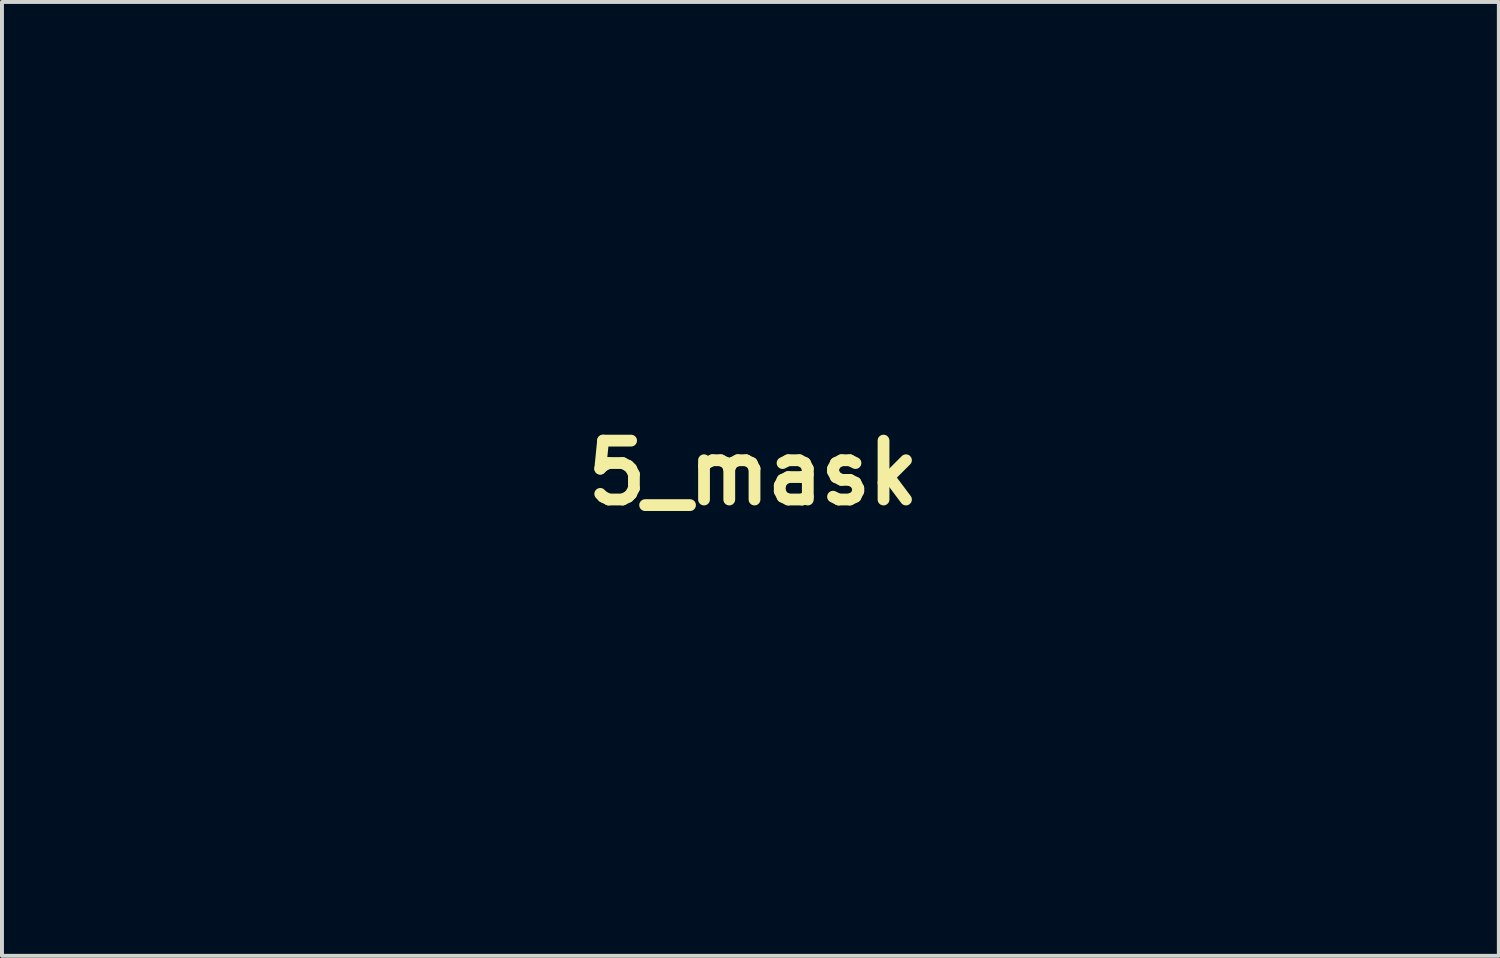
<source format=kicad_pcb>
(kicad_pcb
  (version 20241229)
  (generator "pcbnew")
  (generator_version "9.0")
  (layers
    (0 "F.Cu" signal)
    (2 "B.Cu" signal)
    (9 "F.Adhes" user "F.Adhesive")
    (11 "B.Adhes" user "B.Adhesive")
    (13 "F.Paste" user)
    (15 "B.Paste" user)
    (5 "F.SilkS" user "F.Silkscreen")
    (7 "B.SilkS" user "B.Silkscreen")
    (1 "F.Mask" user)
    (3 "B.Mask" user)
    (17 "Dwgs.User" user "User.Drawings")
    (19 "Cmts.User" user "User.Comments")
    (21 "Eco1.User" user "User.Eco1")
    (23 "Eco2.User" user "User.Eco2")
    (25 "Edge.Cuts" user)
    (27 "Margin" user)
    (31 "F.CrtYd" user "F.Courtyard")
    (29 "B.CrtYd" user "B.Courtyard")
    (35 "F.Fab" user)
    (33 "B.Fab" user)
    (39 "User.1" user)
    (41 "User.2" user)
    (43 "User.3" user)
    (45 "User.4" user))
  (footprint "5_mask"
    (layer "F.Cu")
    (at 16.13 8.993)
    (property "Reference" "5_mask" (at 0 0 0) (layer "F.SilkS") (effects (font (size 1.5 1.5) (thickness 0.3))))
    (attr board_only exclude_from_pos_files exclude_from_bom)
    (fp_poly (pts (xy -7.288 -2.366) (xy -7.12 -2.362) (xy -7.113 -1.706) (xy -7.106 -1.05) (xy -7.282 -1.05) (xy -7.457 -1.05) (xy -7.457 -1.71) (xy -7.457 -2.369)) (stroke (width 0) (type solid)) (fill yes) (layer "F.Mask"))
    (fp_poly (pts (xy 1.396 -1.706) (xy 1.402 -1.05) (xy 1.227 -1.05) (xy 1.052 -1.05) (xy 1.045 -1.556) (xy 1.039 -2.062) (xy 0.918 -2.07) (xy 0.798 -2.078) (xy 0.806 -2.22) (xy 0.813 -2.362) (xy 1.101 -2.362) (xy 1.389 -2.362)) (stroke (width 0) (type solid)) (fill yes) (layer "F.Mask"))
    (fp_poly (pts (xy 15.354 4.787) (xy 15.41 4.826) (xy 15.458 4.895) (xy 15.455 4.966) (xy 15.415 5.025) (xy 15.344 5.068) (xy 15.268 5.068) (xy 15.206 5.029) (xy 15.169 4.956) (xy 15.178 4.878) (xy 15.215 4.825) (xy 15.284 4.781)) (stroke (width 0) (type solid)) (fill yes) (layer "F.Mask"))
    (fp_poly (pts (xy 7.978 6.121) (xy 8.027 6.175) (xy 8.047 6.244) (xy 8.034 6.315) (xy 8.01 6.348) (xy 7.94 6.393) (xy 7.867 6.39) (xy 7.813 6.361) (xy 7.768 6.305) (xy 7.761 6.236) (xy 7.785 6.169) (xy 7.837 6.119) (xy 7.909 6.1)) (stroke (width 0) (type solid)) (fill yes) (layer "F.Mask"))
    (fp_poly (pts (xy 10.373 4.017) (xy 10.412 4.067) (xy 10.428 4.137) (xy 10.404 4.201) (xy 10.355 4.25) (xy 10.289 4.274) (xy 10.221 4.267) (xy 10.176 4.237) (xy 10.136 4.168) (xy 10.141 4.095) (xy 10.188 4.03) (xy 10.225 4.005) (xy 10.303 3.988)) (stroke (width 0) (type solid)) (fill yes) (layer "F.Mask"))
    (fp_poly (pts (xy 12.474 2.422) (xy 12.523 2.48) (xy 12.537 2.548) (xy 12.518 2.624) (xy 12.469 2.676) (xy 12.405 2.697) (xy 12.337 2.682) (xy 12.303 2.654) (xy 12.266 2.584) (xy 12.267 2.509) (xy 12.3 2.445) (xy 12.36 2.406) (xy 12.4 2.4)) (stroke (width 0) (type solid)) (fill yes) (layer "F.Mask"))
    (fp_poly (pts (xy 12.703 2.68) (xy 12.767 2.713) (xy 12.807 2.772) (xy 12.813 2.812) (xy 12.792 2.883) (xy 12.739 2.931) (xy 12.669 2.951) (xy 12.597 2.937) (xy 12.554 2.904) (xy 12.516 2.833) (xy 12.525 2.76) (xy 12.558 2.716) (xy 12.629 2.679)) (stroke (width 0) (type solid)) (fill yes) (layer "F.Mask"))
    (fp_poly (pts (xy 13.543 4.018) (xy 13.588 4.072) (xy 13.603 4.14) (xy 13.58 4.21) (xy 13.517 4.27) (xy 13.441 4.281) (xy 13.394 4.267) (xy 13.337 4.219) (xy 13.316 4.152) (xy 13.328 4.08) (xy 13.374 4.021) (xy 13.404 4.003) (xy 13.479 3.991)) (stroke (width 0) (type solid)) (fill yes) (layer "F.Mask"))
    (fp_poly (pts (xy 14.322 7.446) (xy 14.374 7.502) (xy 14.389 7.573) (xy 14.37 7.649) (xy 14.321 7.701) (xy 14.256 7.722) (xy 14.189 7.707) (xy 14.155 7.679) (xy 14.118 7.61) (xy 14.116 7.536) (xy 14.144 7.471) (xy 14.199 7.431) (xy 14.238 7.425)) (stroke (width 0) (type solid)) (fill yes) (layer "F.Mask"))
    (fp_poly (pts (xy 15.636 4.265) (xy 15.674 4.296) (xy 15.713 4.367) (xy 15.711 4.438) (xy 15.677 4.498) (xy 15.62 4.537) (xy 15.547 4.545) (xy 15.484 4.523) (xy 15.449 4.474) (xy 15.44 4.408) (xy 15.459 4.326) (xy 15.505 4.271) (xy 15.569 4.249)) (stroke (width 0) (type solid)) (fill yes) (layer "F.Mask"))
    (fp_poly (pts (xy 15.925 4.015) (xy 15.974 4.071) (xy 15.99 4.14) (xy 15.97 4.206) (xy 15.917 4.252) (xy 15.847 4.272) (xy 15.776 4.261) (xy 15.732 4.229) (xy 15.692 4.156) (xy 15.7 4.084) (xy 15.754 4.022) (xy 15.784 4.003) (xy 15.857 3.989)) (stroke (width 0) (type solid)) (fill yes) (layer "F.Mask"))
    (fp_poly (pts (xy 3.16 -1.334) (xy 3.222 -1.288) (xy 3.252 -1.221) (xy 3.247 -1.144) (xy 3.203 -1.075) (xy 3.138 -1.033) (xy 3.064 -1.035) (xy 3.009 -1.056) (xy 2.952 -1.106) (xy 2.931 -1.173) (xy 2.943 -1.244) (xy 2.984 -1.305) (xy 3.051 -1.341) (xy 3.075 -1.346)) (stroke (width 0) (type solid)) (fill yes) (layer "F.Mask"))
    (fp_poly (pts (xy 7.422 5.583) (xy 7.481 5.623) (xy 7.513 5.693) (xy 7.516 5.722) (xy 7.496 5.804) (xy 7.445 5.856) (xy 7.374 5.869) (xy 7.294 5.84) (xy 7.288 5.836) (xy 7.243 5.778) (xy 7.234 5.704) (xy 7.262 5.634) (xy 7.278 5.616) (xy 7.35 5.579)) (stroke (width 0) (type solid)) (fill yes) (layer "F.Mask"))
    (fp_poly (pts (xy 7.458 4.545) (xy 7.506 4.595) (xy 7.52 4.663) (xy 7.495 4.735) (xy 7.473 4.762) (xy 7.405 4.813) (xy 7.346 4.819) (xy 7.286 4.779) (xy 7.282 4.775) (xy 7.239 4.704) (xy 7.237 4.63) (xy 7.271 4.568) (xy 7.336 4.531) (xy 7.381 4.525)) (stroke (width 0) (type solid)) (fill yes) (layer "F.Mask"))
    (fp_poly (pts (xy 7.963 4.009) (xy 8.021 4.058) (xy 8.037 4.086) (xy 8.048 4.157) (xy 8.021 4.218) (xy 7.969 4.259) (xy 7.903 4.275) (xy 7.835 4.258) (xy 7.799 4.229) (xy 7.766 4.174) (xy 7.758 4.136) (xy 7.778 4.061) (xy 7.828 4.013) (xy 7.894 3.995)) (stroke (width 0) (type solid)) (fill yes) (layer "F.Mask"))
    (fp_poly (pts (xy 8.486 4.792) (xy 8.519 4.809) (xy 8.572 4.867) (xy 8.583 4.922) (xy 8.564 4.999) (xy 8.514 5.051) (xy 8.447 5.074) (xy 8.378 5.063) (xy 8.32 5.014) (xy 8.317 5.011) (xy 8.29 4.934) (xy 8.304 4.864) (xy 8.347 4.811) (xy 8.411 4.783)) (stroke (width 0) (type solid)) (fill yes) (layer "F.Mask"))
    (fp_poly (pts (xy 10.341 8.492) (xy 10.347 8.495) (xy 10.405 8.544) (xy 10.427 8.61) (xy 10.418 8.679) (xy 10.38 8.738) (xy 10.316 8.772) (xy 10.285 8.775) (xy 10.211 8.755) (xy 10.17 8.713) (xy 10.143 8.636) (xy 10.155 8.564) (xy 10.198 8.509) (xy 10.263 8.482)) (stroke (width 0) (type solid)) (fill yes) (layer "F.Mask"))
    (fp_poly (pts (xy 11.142 6.116) (xy 11.192 6.166) (xy 11.211 6.249) (xy 11.211 6.25) (xy 11.192 6.328) (xy 11.143 6.38) (xy 11.079 6.4) (xy 11.011 6.382) (xy 10.977 6.354) (xy 10.941 6.284) (xy 10.943 6.208) (xy 10.982 6.146) (xy 10.991 6.139) (xy 11.072 6.105)) (stroke (width 0) (type solid)) (fill yes) (layer "F.Mask"))
    (fp_poly (pts (xy 11.145 6.646) (xy 11.186 6.699) (xy 11.209 6.768) (xy 11.207 6.837) (xy 11.177 6.89) (xy 11.163 6.899) (xy 11.077 6.924) (xy 11.003 6.902) (xy 10.977 6.879) (xy 10.942 6.809) (xy 10.946 6.734) (xy 10.983 6.67) (xy 11.047 6.631) (xy 11.088 6.625)) (stroke (width 0) (type solid)) (fill yes) (layer "F.Mask"))
    (fp_poly (pts (xy 12.731 2.15) (xy 12.783 2.195) (xy 12.808 2.266) (xy 12.803 2.335) (xy 12.766 2.393) (xy 12.701 2.427) (xy 12.629 2.426) (xy 12.624 2.424) (xy 12.55 2.377) (xy 12.518 2.311) (xy 12.53 2.239) (xy 12.587 2.172) (xy 12.589 2.17) (xy 12.663 2.139)) (stroke (width 0) (type solid)) (fill yes) (layer "F.Mask"))
    (fp_poly (pts (xy 12.971 2.409) (xy 13.031 2.447) (xy 13.067 2.514) (xy 13.07 2.591) (xy 13.064 2.609) (xy 13.018 2.674) (xy 12.95 2.698) (xy 12.87 2.678) (xy 12.843 2.661) (xy 12.797 2.605) (xy 12.789 2.538) (xy 12.813 2.474) (xy 12.862 2.426) (xy 12.93 2.405)) (stroke (width 0) (type solid)) (fill yes) (layer "F.Mask"))
    (fp_poly (pts (xy 14.05 6.117) (xy 14.105 6.172) (xy 14.127 6.229) (xy 14.123 6.301) (xy 14.084 6.357) (xy 14.023 6.391) (xy 13.953 6.395) (xy 13.889 6.363) (xy 13.88 6.354) (xy 13.843 6.284) (xy 13.846 6.208) (xy 13.885 6.146) (xy 13.894 6.139) (xy 13.977 6.105)) (stroke (width 0) (type solid)) (fill yes) (layer "F.Mask"))
    (fp_poly (pts (xy 7.675 5.852) (xy 7.745 5.891) (xy 7.777 5.947) (xy 7.782 5.997) (xy 7.762 6.063) (xy 7.71 6.106) (xy 7.642 6.124) (xy 7.573 6.112) (xy 7.521 6.069) (xy 7.488 6.004) (xy 7.494 5.95) (xy 7.542 5.888) (xy 7.544 5.886) (xy 7.592 5.846) (xy 7.636 5.84)) (stroke (width 0) (type solid)) (fill yes) (layer "F.Mask"))
    (fp_poly (pts (xy 7.732 4.287) (xy 7.741 4.296) (xy 7.778 4.364) (xy 7.776 4.434) (xy 7.744 4.494) (xy 7.691 4.536) (xy 7.625 4.548) (xy 7.555 4.522) (xy 7.551 4.519) (xy 7.514 4.471) (xy 7.494 4.421) (xy 7.498 4.349) (xy 7.537 4.293) (xy 7.599 4.259) (xy 7.668 4.255)) (stroke (width 0) (type solid)) (fill yes) (layer "F.Mask"))
    (fp_poly (pts (xy 9.025 2.688) (xy 9.08 2.725) (xy 9.108 2.787) (xy 9.109 2.803) (xy 9.091 2.888) (xy 9.039 2.937) (xy 8.971 2.95) (xy 8.898 2.938) (xy 8.848 2.893) (xy 8.842 2.885) (xy 8.814 2.833) (xy 8.818 2.79) (xy 8.836 2.753) (xy 8.888 2.7) (xy 8.956 2.679)) (stroke (width 0) (type solid)) (fill yes) (layer "F.Mask"))
    (fp_poly (pts (xy 10.079 2.946) (xy 10.136 3) (xy 10.16 3.07) (xy 10.16 3.073) (xy 10.14 3.149) (xy 10.088 3.202) (xy 10.02 3.223) (xy 9.948 3.206) (xy 9.93 3.194) (xy 9.88 3.129) (xy 9.878 3.054) (xy 9.911 2.991) (xy 9.959 2.946) (xy 10.004 2.925) (xy 10.006 2.925)) (stroke (width 0) (type solid)) (fill yes) (layer "F.Mask"))
    (fp_poly (pts (xy 10.345 5.32) (xy 10.401 5.368) (xy 10.433 5.427) (xy 10.435 5.444) (xy 10.415 5.52) (xy 10.363 5.573) (xy 10.295 5.597) (xy 10.224 5.588) (xy 10.176 5.554) (xy 10.143 5.496) (xy 10.135 5.454) (xy 10.156 5.389) (xy 10.207 5.332) (xy 10.27 5.301) (xy 10.285 5.3)) (stroke (width 0) (type solid)) (fill yes) (layer "F.Mask"))
    (fp_poly (pts (xy 11.151 7.714) (xy 11.197 7.758) (xy 11.211 7.839) (xy 11.211 7.839) (xy 11.191 7.921) (xy 11.14 7.971) (xy 11.066 7.982) (xy 11.017 7.967) (xy 10.962 7.918) (xy 10.941 7.844) (xy 10.957 7.762) (xy 10.957 7.761) (xy 10.992 7.716) (xy 11.051 7.7) (xy 11.068 7.7)) (stroke (width 0) (type solid)) (fill yes) (layer "F.Mask"))
    (fp_poly (pts (xy 11.431 6.928) (xy 11.474 6.983) (xy 11.486 7.049) (xy 11.472 7.118) (xy 11.423 7.164) (xy 11.368 7.186) (xy 11.314 7.186) (xy 11.258 7.149) (xy 11.247 7.139) (xy 11.203 7.079) (xy 11.198 7.025) (xy 11.199 7.018) (xy 11.24 6.946) (xy 11.301 6.908) (xy 11.369 6.902)) (stroke (width 0) (type solid)) (fill yes) (layer "F.Mask"))
    (fp_poly (pts (xy 14.287 3.462) (xy 14.324 3.483) (xy 14.375 3.541) (xy 14.39 3.611) (xy 14.372 3.678) (xy 14.324 3.73) (xy 14.252 3.75) (xy 14.252 3.75) (xy 14.187 3.733) (xy 14.152 3.709) (xy 14.119 3.645) (xy 14.123 3.57) (xy 14.159 3.504) (xy 14.192 3.477) (xy 14.245 3.455)) (stroke (width 0) (type solid)) (fill yes) (layer "F.Mask"))
    (fp_poly (pts (xy 14.581 5.321) (xy 14.631 5.373) (xy 14.662 5.436) (xy 14.664 5.459) (xy 14.644 5.529) (xy 14.592 5.577) (xy 14.524 5.598) (xy 14.455 5.587) (xy 14.403 5.544) (xy 14.374 5.491) (xy 14.364 5.456) (xy 14.383 5.412) (xy 14.428 5.36) (xy 14.482 5.317) (xy 14.526 5.3)) (stroke (width 0) (type solid)) (fill yes) (layer "F.Mask"))
    (fp_poly (pts (xy 0.838 -7.35) (xy 0.838 -7.213) (xy 0.644 -7.205) (xy 0.45 -7.198) (xy 0.45 -6.686) (xy 0.45 -6.175) (xy 0.275 -6.175) (xy 0.1 -6.175) (xy 0.1 -6.686) (xy 0.1 -7.198) (xy -0.094 -7.205) (xy -0.288 -7.213) (xy -0.288 -7.35) (xy -0.288 -7.487) (xy 0.275 -7.487) (xy 0.838 -7.487)) (stroke (width 0) (type solid)) (fill yes) (layer "F.Mask"))
    (fp_poly (pts (xy 7.969 6.914) (xy 8.019 6.956) (xy 8.053 7.021) (xy 8.046 7.075) (xy 7.998 7.137) (xy 7.997 7.139) (xy 7.948 7.183) (xy 7.91 7.195) (xy 7.862 7.184) (xy 7.858 7.183) (xy 7.796 7.137) (xy 7.761 7.065) (xy 7.758 7.037) (xy 7.779 6.969) (xy 7.831 6.922) (xy 7.9 6.903)) (stroke (width 0) (type solid)) (fill yes) (layer "F.Mask"))
    (fp_poly (pts (xy 10.097 7.709) (xy 10.13 7.73) (xy 10.157 7.788) (xy 10.154 7.863) (xy 10.125 7.932) (xy 10.11 7.95) (xy 10.067 7.987) (xy 10.03 7.995) (xy 9.975 7.978) (xy 9.966 7.974) (xy 9.904 7.926) (xy 9.876 7.854) (xy 9.887 7.778) (xy 9.897 7.759) (xy 9.951 7.716) (xy 10.025 7.699)) (stroke (width 0) (type solid)) (fill yes) (layer "F.Mask"))
    (fp_poly (pts (xy 13.749 1.609) (xy 13.785 1.627) (xy 13.84 1.68) (xy 13.86 1.747) (xy 13.85 1.816) (xy 13.812 1.871) (xy 13.748 1.898) (xy 13.73 1.899) (xy 13.664 1.887) (xy 13.632 1.873) (xy 13.594 1.826) (xy 13.586 1.758) (xy 13.606 1.688) (xy 13.653 1.634) (xy 13.654 1.633) (xy 13.706 1.606)) (stroke (width 0) (type solid)) (fill yes) (layer "F.Mask"))
    (fp_poly (pts (xy 14.274 3.984) (xy 14.311 4.002) (xy 14.361 4.055) (xy 14.387 4.128) (xy 14.382 4.203) (xy 14.363 4.239) (xy 14.314 4.266) (xy 14.243 4.274) (xy 14.175 4.263) (xy 14.144 4.245) (xy 14.123 4.2) (xy 14.114 4.134) (xy 14.114 4.133) (xy 14.128 4.06) (xy 14.179 4.008) (xy 14.231 3.981)) (stroke (width 0) (type solid)) (fill yes) (layer "F.Mask"))
    (fp_poly (pts (xy 14.569 3.742) (xy 14.614 3.775) (xy 14.652 3.829) (xy 14.664 3.875) (xy 14.647 3.929) (xy 14.614 3.975) (xy 14.56 4.012) (xy 14.514 4.025) (xy 14.46 4.008) (xy 14.414 3.975) (xy 14.377 3.921) (xy 14.364 3.875) (xy 14.381 3.821) (xy 14.414 3.775) (xy 14.469 3.738) (xy 14.514 3.725)) (stroke (width 0) (type solid)) (fill yes) (layer "F.Mask"))
    (fp_poly (pts (xy 14.597 3.226) (xy 14.647 3.275) (xy 14.664 3.339) (xy 14.648 3.407) (xy 14.596 3.458) (xy 14.572 3.471) (xy 14.523 3.494) (xy 14.488 3.492) (xy 14.449 3.461) (xy 14.426 3.439) (xy 14.376 3.377) (xy 14.369 3.322) (xy 14.402 3.257) (xy 14.403 3.256) (xy 14.46 3.211) (xy 14.53 3.203)) (stroke (width 0) (type solid)) (fill yes) (layer "F.Mask"))
    (fp_poly (pts (xy 8.223 5.849) (xy 8.275 5.891) (xy 8.303 5.964) (xy 8.304 5.971) (xy 8.301 6.039) (xy 8.282 6.088) (xy 8.282 6.089) (xy 8.233 6.116) (xy 8.162 6.124) (xy 8.094 6.113) (xy 8.063 6.095) (xy 8.042 6.05) (xy 8.033 5.984) (xy 8.033 5.983) (xy 8.051 5.905) (xy 8.098 5.856) (xy 8.159 5.837)) (stroke (width 0) (type solid)) (fill yes) (layer "F.Mask"))
    (fp_poly (pts (xy 12.938 0.56) (xy 13.028 0.59) (xy 13.076 0.642) (xy 13.088 0.7) (xy 13.07 0.771) (xy 13.013 0.818) (xy 12.915 0.844) (xy 12.806 0.85) (xy 12.677 0.844) (xy 12.593 0.824) (xy 12.568 0.811) (xy 12.521 0.749) (xy 12.512 0.7) (xy 12.527 0.632) (xy 12.574 0.586) (xy 12.658 0.56) (xy 12.784 0.55) (xy 12.806 0.55)) (stroke (width 0) (type solid)) (fill yes) (layer "F.Mask"))
    (fp_poly (pts (xy 10.34 2.417) (xy 10.385 2.45) (xy 10.416 2.507) (xy 10.434 2.595) (xy 10.44 2.696) (xy 10.432 2.795) (xy 10.412 2.873) (xy 10.39 2.909) (xy 10.32 2.944) (xy 10.241 2.945) (xy 10.175 2.911) (xy 10.174 2.911) (xy 10.151 2.87) (xy 10.139 2.798) (xy 10.135 2.687) (xy 10.135 2.686) (xy 10.144 2.552) (xy 10.173 2.462) (xy 10.224 2.413) (xy 10.285 2.4)) (stroke (width 0) (type solid)) (fill yes) (layer "F.Mask"))
    (fp_poly (pts (xy 13.256 1.885) (xy 13.302 1.919) (xy 13.327 1.985) (xy 13.337 2.091) (xy 13.338 2.141) (xy 13.335 2.239) (xy 13.326 2.322) (xy 13.313 2.374) (xy 13.312 2.377) (xy 13.266 2.416) (xy 13.199 2.427) (xy 13.129 2.411) (xy 13.077 2.369) (xy 13.05 2.296) (xy 13.038 2.179) (xy 13.038 2.15) (xy 13.047 2.021) (xy 13.075 1.934) (xy 13.125 1.887) (xy 13.188 1.875)) (stroke (width 0) (type solid)) (fill yes) (layer "F.Mask"))
    (fp_poly (pts (xy 15.94 4.562) (xy 15.949 4.571) (xy 15.975 4.626) (xy 15.989 4.713) (xy 15.992 4.815) (xy 15.984 4.914) (xy 15.965 4.993) (xy 15.952 5.019) (xy 15.894 5.064) (xy 15.819 5.073) (xy 15.75 5.046) (xy 15.732 5.029) (xy 15.708 4.976) (xy 15.693 4.891) (xy 15.688 4.791) (xy 15.693 4.692) (xy 15.707 4.61) (xy 15.73 4.564) (xy 15.794 4.531) (xy 15.873 4.53)) (stroke (width 0) (type solid)) (fill yes) (layer "F.Mask"))
    (fp_poly (pts (xy 8.95 4.258) (xy 9.04 4.282) (xy 9.092 4.327) (xy 9.109 4.392) (xy 9.109 4.398) (xy 9.097 4.467) (xy 9.057 4.513) (xy 8.983 4.539) (xy 8.868 4.55) (xy 8.827 4.55) (xy 8.715 4.546) (xy 8.642 4.535) (xy 8.6 4.513) (xy 8.598 4.511) (xy 8.568 4.457) (xy 8.558 4.4) (xy 8.569 4.33) (xy 8.605 4.285) (xy 8.674 4.26) (xy 8.782 4.25) (xy 8.817 4.25)) (stroke (width 0) (type solid)) (fill yes) (layer "F.Mask"))
    (fp_poly (pts (xy 13.175 3.729) (xy 13.255 3.747) (xy 13.297 3.771) (xy 13.334 3.844) (xy 13.323 3.926) (xy 13.299 3.969) (xy 13.274 3.998) (xy 13.239 4.015) (xy 13.181 4.023) (xy 13.089 4.025) (xy 13.065 4.025) (xy 12.959 4.023) (xy 12.891 4.014) (xy 12.849 3.997) (xy 12.829 3.979) (xy 12.793 3.908) (xy 12.795 3.83) (xy 12.833 3.766) (xy 12.889 3.74) (xy 12.976 3.726) (xy 13.076 3.722)) (stroke (width 0) (type solid)) (fill yes) (layer "F.Mask"))
    (fp_poly (pts (xy 13.243 8.223) (xy 13.307 8.27) (xy 13.326 8.321) (xy 13.337 8.404) (xy 13.339 8.502) (xy 13.334 8.601) (xy 13.321 8.683) (xy 13.301 8.733) (xy 13.299 8.736) (xy 13.233 8.771) (xy 13.157 8.77) (xy 13.092 8.736) (xy 13.077 8.719) (xy 13.05 8.646) (xy 13.038 8.525) (xy 13.038 8.493) (xy 13.04 8.397) (xy 13.051 8.335) (xy 13.073 8.291) (xy 13.098 8.263) (xy 13.169 8.22)) (stroke (width 0) (type solid)) (fill yes) (layer "F.Mask"))
    (fp_poly (pts (xy -4.517 -2.225) (xy -4.517 -2.087) (xy -4.861 -2.081) (xy -5.205 -2.074) (xy -5.205 -1.962) (xy -5.205 -1.85) (xy -4.892 -1.85) (xy -4.58 -1.85) (xy -4.58 -1.712) (xy -4.58 -1.575) (xy -4.892 -1.575) (xy -5.205 -1.575) (xy -5.205 -1.45) (xy -5.205 -1.325) (xy -4.857 -1.325) (xy -4.509 -1.325) (xy -4.5 -1.187) (xy -4.492 -1.05) (xy -5.024 -1.05) (xy -5.556 -1.05) (xy -5.55 -1.706) (xy -5.543 -2.362) (xy -5.03 -2.362) (xy -4.517 -2.362)) (stroke (width 0) (type solid)) (fill yes) (layer "F.Mask"))
    (fp_poly (pts (xy -2.315 -4.8) (xy -2.315 -4.662) (xy -2.659 -4.656) (xy -3.003 -4.649) (xy -3.003 -4.537) (xy -3.003 -4.425) (xy -2.69 -4.425) (xy -2.377 -4.425) (xy -2.377 -4.287) (xy -2.377 -4.15) (xy -2.69 -4.15) (xy -3.003 -4.15) (xy -3.003 -4.025) (xy -3.003 -3.9) (xy -2.653 -3.9) (xy -2.302 -3.9) (xy -2.302 -3.763) (xy -2.302 -3.625) (xy -2.828 -3.625) (xy -3.354 -3.625) (xy -3.347 -4.281) (xy -3.341 -4.938) (xy -2.828 -4.938) (xy -2.315 -4.938)) (stroke (width 0) (type solid)) (fill yes) (layer "F.Mask"))
    (fp_poly (pts (xy 1.997 -7.356) (xy 1.989 -7.213) (xy 1.664 -7.21) (xy 1.339 -7.207) (xy 1.331 -7.091) (xy 1.324 -6.975) (xy 1.625 -6.975) (xy 1.927 -6.975) (xy 1.927 -6.838) (xy 1.927 -6.7) (xy 1.627 -6.7) (xy 1.326 -6.7) (xy 1.326 -6.575) (xy 1.326 -6.45) (xy 1.677 -6.45) (xy 2.027 -6.45) (xy 2.027 -6.312) (xy 2.027 -6.175) (xy 1.501 -6.175) (xy 0.976 -6.175) (xy 0.976 -6.838) (xy 0.976 -7.5) (xy 1.49 -7.5) (xy 2.004 -7.5)) (stroke (width 0) (type solid)) (fill yes) (layer "F.Mask"))
    (fp_poly (pts (xy 4.324 -4.945) (xy 4.492 -4.938) (xy 4.499 -4.281) (xy 4.505 -3.625) (xy 4.33 -3.625) (xy 4.154 -3.625) (xy 4.154 -3.875) (xy 4.154 -4.125) (xy 3.891 -4.125) (xy 3.629 -4.125) (xy 3.629 -3.875) (xy 3.629 -3.625) (xy 3.453 -3.625) (xy 3.277 -3.625) (xy 3.284 -4.281) (xy 3.291 -4.938) (xy 3.453 -4.938) (xy 3.616 -4.938) (xy 3.623 -4.668) (xy 3.63 -4.398) (xy 3.886 -4.405) (xy 4.142 -4.412) (xy 4.149 -4.682) (xy 4.156 -4.952)) (stroke (width 0) (type solid)) (fill yes) (layer "F.Mask"))
    (fp_poly (pts (xy 11.812 7.686) (xy 11.902 7.699) (xy 11.964 7.718) (xy 11.975 7.725) (xy 12.001 7.771) (xy 12.012 7.837) (xy 12.012 7.838) (xy 12.001 7.904) (xy 11.975 7.949) (xy 11.975 7.95) (xy 11.93 7.967) (xy 11.852 7.981) (xy 11.757 7.989) (xy 11.662 7.992) (xy 11.583 7.987) (xy 11.566 7.984) (xy 11.505 7.949) (xy 11.472 7.888) (xy 11.468 7.816) (xy 11.493 7.749) (xy 11.547 7.701) (xy 11.556 7.697) (xy 11.622 7.684) (xy 11.713 7.68)) (stroke (width 0) (type solid)) (fill yes) (layer "F.Mask"))
    (fp_poly (pts (xy 10.015 8.752) (xy 10.088 8.766) (xy 10.131 8.798) (xy 10.152 8.858) (xy 10.159 8.954) (xy 10.16 9.034) (xy 10.157 9.151) (xy 10.14 9.227) (xy 10.103 9.272) (xy 10.036 9.293) (xy 9.93 9.3) (xy 9.887 9.3) (xy 9.781 9.298) (xy 9.713 9.289) (xy 9.67 9.271) (xy 9.651 9.254) (xy 9.627 9.212) (xy 9.614 9.142) (xy 9.609 9.035) (xy 9.609 9.021) (xy 9.613 8.906) (xy 9.629 8.829) (xy 9.667 8.782) (xy 9.734 8.759) (xy 9.838 8.751) (xy 9.905 8.75)) (stroke (width 0) (type solid)) (fill yes) (layer "F.Mask"))
    (fp_poly (pts (xy 7.411 3.208) (xy 7.476 3.243) (xy 7.5 3.275) (xy 7.514 3.33) (xy 7.525 3.421) (xy 7.532 3.54) (xy 7.535 3.675) (xy 7.534 3.815) (xy 7.53 3.949) (xy 7.522 4.068) (xy 7.511 4.16) (xy 7.496 4.214) (xy 7.493 4.219) (xy 7.436 4.263) (xy 7.36 4.274) (xy 7.289 4.25) (xy 7.271 4.236) (xy 7.255 4.194) (xy 7.243 4.113) (xy 7.234 4.003) (xy 7.229 3.872) (xy 7.227 3.732) (xy 7.23 3.592) (xy 7.235 3.462) (xy 7.245 3.353) (xy 7.258 3.275) (xy 7.273 3.238) (xy 7.336 3.205)) (stroke (width 0) (type solid)) (fill yes) (layer "F.Mask"))
    (fp_poly (pts (xy -8.583 -7.113) (xy -8.296 -6.724) (xy -8.289 -7.112) (xy -8.282 -7.5) (xy -8.12 -7.5) (xy -7.958 -7.5) (xy -7.958 -6.838) (xy -7.958 -6.175) (xy -8.114 -6.175) (xy -8.271 -6.175) (xy -8.515 -6.506) (xy -8.601 -6.623) (xy -8.68 -6.729) (xy -8.746 -6.818) (xy -8.793 -6.879) (xy -8.809 -6.9) (xy -8.86 -6.963) (xy -8.855 -6.575) (xy -8.851 -6.188) (xy -9.005 -6.18) (xy -9.101 -6.179) (xy -9.155 -6.19) (xy -9.172 -6.205) (xy -9.176 -6.239) (xy -9.178 -6.315) (xy -9.179 -6.426) (xy -9.18 -6.567) (xy -9.179 -6.728) (xy -9.178 -6.863) (xy -9.172 -7.487) (xy -9.021 -7.494) (xy -8.871 -7.501)) (stroke (width 0) (type solid)) (fill yes) (layer "F.Mask"))
    (fp_poly (pts (xy 10.012 5.581) (xy 10.093 5.603) (xy 10.14 5.645) (xy 10.159 5.71) (xy 10.16 5.742) (xy 10.166 5.794) (xy 10.193 5.82) (xy 10.251 5.833) (xy 10.352 5.865) (xy 10.413 5.917) (xy 10.43 5.984) (xy 10.401 6.062) (xy 10.396 6.069) (xy 10.378 6.092) (xy 10.353 6.107) (xy 10.314 6.117) (xy 10.251 6.122) (xy 10.156 6.125) (xy 10.023 6.125) (xy 9.88 6.124) (xy 9.78 6.12) (xy 9.713 6.113) (xy 9.671 6.101) (xy 9.649 6.086) (xy 9.627 6.047) (xy 9.614 5.979) (xy 9.61 5.872) (xy 9.609 5.852) (xy 9.613 5.732) (xy 9.631 5.652) (xy 9.67 5.605) (xy 9.739 5.582) (xy 9.847 5.575) (xy 9.889 5.575)) (stroke (width 0) (type solid)) (fill yes) (layer "F.Mask"))
    (fp_poly (pts (xy 7.43 6.114) (xy 7.441 6.119) (xy 7.472 6.138) (xy 7.495 6.17) (xy 7.512 6.219) (xy 7.522 6.294) (xy 7.529 6.4) (xy 7.532 6.544) (xy 7.532 6.692) (xy 7.532 6.839) (xy 7.53 6.944) (xy 7.526 7.017) (xy 7.518 7.065) (xy 7.505 7.097) (xy 7.486 7.123) (xy 7.471 7.139) (xy 7.421 7.184) (xy 7.381 7.196) (xy 7.331 7.179) (xy 7.307 7.168) (xy 7.285 7.155) (xy 7.268 7.139) (xy 7.257 7.111) (xy 7.248 7.065) (xy 7.243 6.993) (xy 7.238 6.888) (xy 7.234 6.743) (xy 7.232 6.691) (xy 7.229 6.544) (xy 7.228 6.412) (xy 7.23 6.304) (xy 7.233 6.229) (xy 7.238 6.198) (xy 7.283 6.141) (xy 7.354 6.11)) (stroke (width 0) (type solid)) (fill yes) (layer "F.Mask"))
    (fp_poly (pts (xy 13.695 3.457) (xy 13.78 3.479) (xy 13.831 3.52) (xy 13.855 3.586) (xy 13.859 3.619) (xy 13.866 3.686) (xy 13.884 3.716) (xy 13.926 3.725) (xy 13.964 3.725) (xy 14.052 3.743) (xy 14.111 3.791) (xy 14.137 3.856) (xy 14.123 3.928) (xy 14.089 3.975) (xy 14.032 4.005) (xy 13.945 4.023) (xy 13.845 4.029) (xy 13.747 4.023) (xy 13.668 4.004) (xy 13.632 3.981) (xy 13.602 3.926) (xy 13.584 3.853) (xy 13.584 3.85) (xy 13.573 3.79) (xy 13.545 3.764) (xy 13.488 3.754) (xy 13.395 3.729) (xy 13.335 3.678) (xy 13.313 3.612) (xy 13.332 3.54) (xy 13.363 3.5) (xy 13.405 3.47) (xy 13.465 3.455) (xy 13.557 3.45) (xy 13.57 3.45)) (stroke (width 0) (type solid)) (fill yes) (layer "F.Mask"))
    (fp_poly (pts (xy 10.694 6.374) (xy 10.781 6.378) (xy 10.84 6.384) (xy 10.879 6.394) (xy 10.905 6.408) (xy 10.913 6.414) (xy 10.953 6.478) (xy 10.957 6.551) (xy 10.942 6.59) (xy 10.908 6.624) (xy 10.856 6.648) (xy 10.777 6.664) (xy 10.664 6.672) (xy 10.51 6.675) (xy 10.487 6.675) (xy 10.16 6.675) (xy 10.16 6.761) (xy 10.141 6.847) (xy 10.093 6.904) (xy 10.026 6.926) (xy 9.952 6.907) (xy 9.91 6.875) (xy 9.882 6.836) (xy 9.866 6.782) (xy 9.86 6.698) (xy 9.86 6.653) (xy 9.861 6.562) (xy 9.867 6.494) (xy 9.886 6.445) (xy 9.923 6.412) (xy 9.984 6.391) (xy 10.076 6.38) (xy 10.204 6.375) (xy 10.375 6.373) (xy 10.406 6.373) (xy 10.571 6.373)) (stroke (width 0) (type solid)) (fill yes) (layer "F.Mask"))
    (fp_poly (pts (xy 15.266 1.089) (xy 15.344 1.115) (xy 15.396 1.156) (xy 15.409 1.174) (xy 15.422 1.22) (xy 15.433 1.306) (xy 15.44 1.42) (xy 15.442 1.491) (xy 15.446 1.76) (xy 15.368 1.83) (xy 15.329 1.862) (xy 15.291 1.883) (xy 15.242 1.894) (xy 15.169 1.899) (xy 15.061 1.9) (xy 15.041 1.9) (xy 14.926 1.899) (xy 14.848 1.894) (xy 14.795 1.884) (xy 14.755 1.865) (xy 14.716 1.835) (xy 14.639 1.771) (xy 14.639 1.499) (xy 14.64 1.377) (xy 14.644 1.294) (xy 14.653 1.239) (xy 14.669 1.199) (xy 14.694 1.165) (xy 14.7 1.158) (xy 14.731 1.125) (xy 14.764 1.104) (xy 14.811 1.091) (xy 14.885 1.084) (xy 14.995 1.079) (xy 15.001 1.079) (xy 15.155 1.078)) (stroke (width 0) (type solid)) (fill yes) (layer "F.Mask"))
    (fp_poly (pts (xy -4.804 -4.941) (xy -4.78 -4.932) (xy -4.78 -4.931) (xy -4.791 -4.904) (xy -4.823 -4.84) (xy -4.871 -4.746) (xy -4.932 -4.631) (xy -4.997 -4.511) (xy -5.214 -4.112) (xy -5.224 -3.869) (xy -5.235 -3.625) (xy -5.408 -3.625) (xy -5.58 -3.625) (xy -5.58 -3.825) (xy -5.58 -4.026) (xy -5.818 -4.464) (xy -5.891 -4.6) (xy -5.955 -4.721) (xy -6.006 -4.82) (xy -6.041 -4.891) (xy -6.056 -4.926) (xy -6.056 -4.928) (xy -6.033 -4.94) (xy -5.97 -4.946) (xy -5.887 -4.945) (xy -5.719 -4.938) (xy -5.578 -4.679) (xy -5.522 -4.578) (xy -5.473 -4.496) (xy -5.436 -4.441) (xy -5.418 -4.421) (xy -5.4 -4.442) (xy -5.363 -4.498) (xy -5.313 -4.582) (xy -5.258 -4.68) (xy -5.118 -4.938) (xy -4.949 -4.945) (xy -4.864 -4.946)) (stroke (width 0) (type solid)) (fill yes) (layer "F.Mask"))
    (fp_poly (pts (xy 0.212 -1.734) (xy 0.216 -1.731) (xy 0.236 -1.7) (xy 0.266 -1.634) (xy 0.301 -1.544) (xy 0.314 -1.506) (xy 0.347 -1.414) (xy 0.375 -1.343) (xy 0.395 -1.304) (xy 0.399 -1.3) (xy 0.414 -1.322) (xy 0.438 -1.381) (xy 0.469 -1.467) (xy 0.484 -1.511) (xy 0.518 -1.613) (xy 0.545 -1.676) (xy 0.571 -1.713) (xy 0.602 -1.731) (xy 0.629 -1.738) (xy 0.689 -1.744) (xy 0.728 -1.733) (xy 0.728 -1.733) (xy 0.728 -1.702) (xy 0.71 -1.631) (xy 0.677 -1.53) (xy 0.63 -1.403) (xy 0.621 -1.38) (xy 0.492 -1.05) (xy 0.39 -1.051) (xy 0.288 -1.051) (xy 0.167 -1.376) (xy 0.125 -1.495) (xy 0.091 -1.599) (xy 0.069 -1.677) (xy 0.062 -1.72) (xy 0.063 -1.725) (xy 0.099 -1.745) (xy 0.158 -1.748)) (stroke (width 0) (type solid)) (fill yes) (layer "F.Mask"))
    (fp_poly (pts (xy 8.233 4.26) (xy 8.273 4.296) (xy 8.297 4.363) (xy 8.307 4.469) (xy 8.308 4.538) (xy 8.307 4.642) (xy 8.301 4.709) (xy 8.288 4.75) (xy 8.266 4.776) (xy 8.253 4.786) (xy 8.184 4.816) (xy 8.127 4.825) (xy 8.078 4.832) (xy 8.06 4.863) (xy 8.058 4.9) (xy 8.039 4.98) (xy 7.99 5.039) (xy 7.925 5.07) (xy 7.855 5.066) (xy 7.799 5.029) (xy 7.775 4.986) (xy 7.762 4.917) (xy 7.758 4.809) (xy 7.758 4.798) (xy 7.761 4.703) (xy 7.769 4.624) (xy 7.78 4.579) (xy 7.781 4.577) (xy 7.818 4.552) (xy 7.885 4.532) (xy 7.912 4.527) (xy 7.98 4.515) (xy 8.012 4.494) (xy 8.025 4.45) (xy 8.028 4.412) (xy 8.051 4.318) (xy 8.105 4.264) (xy 8.174 4.25)) (stroke (width 0) (type solid)) (fill yes) (layer "F.Mask"))
    (fp_poly (pts (xy 8.262 1.077) (xy 8.361 1.084) (xy 8.432 1.095) (xy 8.443 1.099) (xy 8.505 1.138) (xy 8.547 1.206) (xy 8.572 1.307) (xy 8.583 1.45) (xy 8.583 1.501) (xy 8.583 1.61) (xy 8.578 1.681) (xy 8.567 1.729) (xy 8.544 1.766) (xy 8.507 1.806) (xy 8.498 1.815) (xy 8.413 1.9) (xy 8.159 1.9) (xy 8.043 1.899) (xy 7.965 1.896) (xy 7.914 1.886) (xy 7.878 1.869) (xy 7.844 1.84) (xy 7.831 1.827) (xy 7.798 1.792) (xy 7.777 1.758) (xy 7.765 1.715) (xy 7.759 1.649) (xy 7.758 1.55) (xy 7.758 1.496) (xy 7.761 1.358) (xy 7.773 1.261) (xy 7.796 1.193) (xy 7.834 1.145) (xy 7.891 1.107) (xy 7.9 1.103) (xy 7.954 1.089) (xy 8.043 1.08) (xy 8.151 1.076)) (stroke (width 0) (type solid)) (fill yes) (layer "F.Mask"))
    (fp_poly (pts (xy 12.404 6.9) (xy 12.54 6.901) (xy 12.636 6.904) (xy 12.699 6.911) (xy 12.739 6.922) (xy 12.764 6.939) (xy 12.771 6.946) (xy 12.809 7.02) (xy 12.799 7.101) (xy 12.777 7.139) (xy 12.752 7.163) (xy 12.711 7.179) (xy 12.644 7.189) (xy 12.54 7.195) (xy 12.514 7.196) (xy 12.287 7.205) (xy 12.287 7.415) (xy 12.285 7.523) (xy 12.278 7.595) (xy 12.263 7.641) (xy 12.238 7.674) (xy 12.237 7.675) (xy 12.183 7.712) (xy 12.137 7.725) (xy 12.082 7.708) (xy 12.037 7.675) (xy 12.016 7.649) (xy 12.002 7.616) (xy 11.993 7.565) (xy 11.989 7.487) (xy 11.987 7.373) (xy 11.987 7.304) (xy 11.987 7.156) (xy 11.993 7.049) (xy 12.011 6.977) (xy 12.048 6.933) (xy 12.112 6.91) (xy 12.21 6.901) (xy 12.348 6.9)) (stroke (width 0) (type solid)) (fill yes) (layer "F.Mask"))
    (fp_poly (pts (xy 8.273 7.952) (xy 8.37 7.959) (xy 8.438 7.969) (xy 8.46 7.976) (xy 8.516 8.024) (xy 8.554 8.1) (xy 8.576 8.213) (xy 8.583 8.366) (xy 8.583 8.376) (xy 8.583 8.485) (xy 8.578 8.556) (xy 8.567 8.604) (xy 8.544 8.641) (xy 8.507 8.681) (xy 8.498 8.69) (xy 8.457 8.73) (xy 8.421 8.754) (xy 8.377 8.768) (xy 8.313 8.773) (xy 8.215 8.774) (xy 8.179 8.773) (xy 8.07 8.77) (xy 7.975 8.764) (xy 7.909 8.755) (xy 7.892 8.75) (xy 7.835 8.718) (xy 7.796 8.669) (xy 7.772 8.596) (xy 7.761 8.488) (xy 7.758 8.359) (xy 7.758 8.243) (xy 7.762 8.166) (xy 7.771 8.115) (xy 7.789 8.078) (xy 7.818 8.044) (xy 7.835 8.027) (xy 7.872 7.992) (xy 7.906 7.97) (xy 7.95 7.957) (xy 8.015 7.951) (xy 8.114 7.95) (xy 8.162 7.95)) (stroke (width 0) (type solid)) (fill yes) (layer "F.Mask"))
    (fp_poly (pts (xy -2.446 -7.496) (xy -2.297 -7.491) (xy -2.188 -7.486) (xy -2.109 -7.478) (xy -2.05 -7.466) (xy -2.002 -7.449) (xy -1.955 -7.425) (xy -1.953 -7.424) (xy -1.847 -7.347) (xy -1.779 -7.25) (xy -1.745 -7.126) (xy -1.739 -7.023) (xy -1.758 -6.864) (xy -1.816 -6.737) (xy -1.911 -6.642) (xy -2.044 -6.581) (xy -2.214 -6.552) (xy -2.284 -6.55) (xy -2.475 -6.55) (xy -2.483 -6.369) (xy -2.49 -6.188) (xy -2.659 -6.18) (xy -2.828 -6.173) (xy -2.828 -6.825) (xy -2.48 -6.825) (xy -2.352 -6.825) (xy -2.266 -6.831) (xy -2.193 -6.845) (xy -2.169 -6.854) (xy -2.112 -6.893) (xy -2.085 -6.945) (xy -2.077 -7.026) (xy -2.077 -7.027) (xy -2.089 -7.107) (xy -2.13 -7.16) (xy -2.206 -7.19) (xy -2.315 -7.204) (xy -2.465 -7.213) (xy -2.472 -7.019) (xy -2.48 -6.825) (xy -2.828 -6.825) (xy -2.828 -6.839) (xy -2.828 -7.506)) (stroke (width 0) (type solid)) (fill yes) (layer "F.Mask"))
    (fp_poly (pts (xy 8.501 6.386) (xy 8.544 6.422) (xy 8.57 6.492) (xy 8.582 6.6) (xy 8.583 6.683) (xy 8.583 6.9) (xy 8.805 6.9) (xy 8.936 6.905) (xy 9.025 6.921) (xy 9.079 6.953) (xy 9.104 7.004) (xy 9.109 7.057) (xy 9.101 7.111) (xy 9.072 7.15) (xy 9.017 7.176) (xy 8.929 7.192) (xy 8.802 7.199) (xy 8.69 7.2) (xy 8.559 7.199) (xy 8.468 7.196) (xy 8.408 7.189) (xy 8.369 7.176) (xy 8.341 7.157) (xy 8.333 7.15) (xy 8.293 7.078) (xy 8.283 7.013) (xy 8.279 6.954) (xy 8.258 6.93) (xy 8.204 6.925) (xy 8.199 6.925) (xy 8.112 6.905) (xy 8.054 6.85) (xy 8.033 6.771) (xy 8.055 6.696) (xy 8.115 6.645) (xy 8.202 6.625) (xy 8.204 6.625) (xy 8.258 6.62) (xy 8.279 6.595) (xy 8.283 6.541) (xy 8.303 6.454) (xy 8.358 6.396) (xy 8.438 6.375)) (stroke (width 0) (type solid)) (fill yes) (layer "F.Mask"))
    (fp_poly (pts (xy 9.75 7.957) (xy 9.836 7.982) (xy 9.887 8.028) (xy 9.908 8.1) (xy 9.91 8.137) (xy 9.913 8.195) (xy 9.933 8.219) (xy 9.984 8.225) (xy 10.005 8.225) (xy 10.093 8.236) (xy 10.142 8.275) (xy 10.16 8.347) (xy 10.16 8.364) (xy 10.151 8.429) (xy 10.12 8.473) (xy 10.058 8.5) (xy 9.959 8.514) (xy 9.875 8.518) (xy 9.778 8.521) (xy 9.701 8.523) (xy 9.658 8.524) (xy 9.653 8.524) (xy 9.641 8.547) (xy 9.635 8.601) (xy 9.634 8.609) (xy 9.616 8.694) (xy 9.567 8.751) (xy 9.5 8.773) (xy 9.427 8.757) (xy 9.384 8.725) (xy 9.363 8.699) (xy 9.349 8.665) (xy 9.34 8.613) (xy 9.336 8.533) (xy 9.334 8.417) (xy 9.334 8.363) (xy 9.336 8.21) (xy 9.344 8.101) (xy 9.363 8.028) (xy 9.399 7.983) (xy 9.455 7.96) (xy 9.538 7.951) (xy 9.622 7.95)) (stroke (width 0) (type solid)) (fill yes) (layer "F.Mask"))
    (fp_poly (pts (xy 11.859 6.106) (xy 11.941 6.126) (xy 11.99 6.166) (xy 12.013 6.229) (xy 12.017 6.264) (xy 12.033 6.334) (xy 12.076 6.367) (xy 12.139 6.375) (xy 12.211 6.396) (xy 12.266 6.448) (xy 12.287 6.514) (xy 12.27 6.584) (xy 12.22 6.632) (xy 12.131 6.662) (xy 12 6.674) (xy 11.951 6.675) (xy 11.762 6.675) (xy 11.762 6.75) (xy 11.743 6.83) (xy 11.694 6.889) (xy 11.629 6.92) (xy 11.559 6.916) (xy 11.503 6.879) (xy 11.472 6.821) (xy 11.461 6.757) (xy 11.456 6.707) (xy 11.431 6.681) (xy 11.371 6.667) (xy 11.364 6.666) (xy 11.271 6.637) (xy 11.219 6.583) (xy 11.205 6.51) (xy 11.224 6.435) (xy 11.282 6.388) (xy 11.361 6.369) (xy 11.421 6.357) (xy 11.448 6.328) (xy 11.457 6.274) (xy 11.472 6.194) (xy 11.505 6.143) (xy 11.566 6.114) (xy 11.661 6.102) (xy 11.737 6.1)) (stroke (width 0) (type solid)) (fill yes) (layer "F.Mask"))
    (fp_poly (pts (xy -8.356 -2.361) (xy -8.21 -2.36) (xy -8.104 -2.356) (xy -8.027 -2.35) (xy -7.969 -2.338) (xy -7.918 -2.321) (xy -7.869 -2.298) (xy -7.762 -2.233) (xy -7.692 -2.158) (xy -7.654 -2.06) (xy -7.638 -1.93) (xy -7.646 -1.768) (xy -7.691 -1.637) (xy -7.773 -1.536) (xy -7.894 -1.465) (xy -8.056 -1.421) (xy -8.181 -1.407) (xy -8.383 -1.393) (xy -8.383 -1.221) (xy -8.383 -1.05) (xy -8.559 -1.05) (xy -8.734 -1.05) (xy -8.728 -1.706) (xy -8.724 -2.075) (xy -8.383 -2.075) (xy -8.383 -1.892) (xy -8.382 -1.801) (xy -8.377 -1.731) (xy -8.37 -1.696) (xy -8.37 -1.695) (xy -8.338 -1.689) (xy -8.274 -1.689) (xy -8.194 -1.694) (xy -8.115 -1.704) (xy -8.068 -1.712) (xy -8.02 -1.742) (xy -7.987 -1.788) (xy -7.959 -1.891) (xy -7.976 -1.973) (xy -8.035 -2.032) (xy -8.135 -2.067) (xy -8.236 -2.075) (xy -8.383 -2.075) (xy -8.724 -2.075) (xy -8.721 -2.362)) (stroke (width 0) (type solid)) (fill yes) (layer "F.Mask"))
    (fp_poly (pts (xy -4.337 -7.495) (xy -4.145 -7.487) (xy -3.982 -7.131) (xy -3.925 -7.01) (xy -3.875 -6.906) (xy -3.836 -6.828) (xy -3.81 -6.783) (xy -3.804 -6.775) (xy -3.789 -6.797) (xy -3.757 -6.856) (xy -3.713 -6.946) (xy -3.66 -7.058) (xy -3.626 -7.131) (xy -3.464 -7.487) (xy -3.277 -7.487) (xy -3.091 -7.487) (xy -3.091 -6.838) (xy -3.091 -6.188) (xy -3.241 -6.188) (xy -3.391 -6.188) (xy -3.398 -6.575) (xy -3.405 -6.963) (xy -3.549 -6.638) (xy -3.693 -6.312) (xy -3.804 -6.312) (xy -3.916 -6.312) (xy -4.054 -6.624) (xy -4.105 -6.741) (xy -4.143 -6.822) (xy -4.169 -6.867) (xy -4.186 -6.873) (xy -4.197 -6.837) (xy -4.203 -6.757) (xy -4.207 -6.632) (xy -4.21 -6.475) (xy -4.217 -6.188) (xy -4.373 -6.18) (xy -4.529 -6.173) (xy -4.529 -6.837) (xy -4.529 -6.963) (xy -4.229 -6.963) (xy -4.217 -6.95) (xy -4.204 -6.963) (xy -4.217 -6.975) (xy -4.229 -6.963) (xy -4.529 -6.963) (xy -4.529 -7.502)) (stroke (width 0) (type solid)) (fill yes) (layer "F.Mask"))
    (fp_poly (pts (xy 10.623 0.573) (xy 10.68 0.635) (xy 10.709 0.727) (xy 10.711 0.761) (xy 10.716 0.802) (xy 10.741 0.82) (xy 10.799 0.825) (xy 10.811 0.825) (xy 10.881 0.831) (xy 10.921 0.855) (xy 10.941 0.889) (xy 10.96 0.976) (xy 10.933 1.047) (xy 10.863 1.097) (xy 10.817 1.111) (xy 10.711 1.135) (xy 10.711 1.331) (xy 10.709 1.433) (xy 10.702 1.5) (xy 10.685 1.544) (xy 10.657 1.581) (xy 10.649 1.589) (xy 10.587 1.638) (xy 10.532 1.645) (xy 10.468 1.613) (xy 10.467 1.612) (xy 10.42 1.549) (xy 10.405 1.481) (xy 10.396 1.419) (xy 10.372 1.391) (xy 10.317 1.38) (xy 10.31 1.379) (xy 10.237 1.363) (xy 10.181 1.333) (xy 10.179 1.332) (xy 10.139 1.269) (xy 10.14 1.201) (xy 10.175 1.138) (xy 10.239 1.092) (xy 10.323 1.075) (xy 10.41 1.075) (xy 10.41 0.852) (xy 10.414 0.721) (xy 10.429 0.632) (xy 10.458 0.579) (xy 10.503 0.554) (xy 10.543 0.55)) (stroke (width 0) (type solid)) (fill yes) (layer "F.Mask"))
    (fp_poly (pts (xy -0.555 -2.373) (xy -0.492 -2.366) (xy -0.467 -2.359) (xy -0.47 -2.33) (xy -0.493 -2.272) (xy -0.523 -2.215) (xy -0.57 -2.129) (xy -0.63 -2.021) (xy -0.689 -1.912) (xy -0.695 -1.9) (xy -0.774 -1.754) (xy -0.832 -1.644) (xy -0.873 -1.561) (xy -0.9 -1.498) (xy -0.916 -1.446) (xy -0.924 -1.396) (xy -0.926 -1.342) (xy -0.926 -1.273) (xy -0.926 -1.259) (xy -0.926 -1.05) (xy -1.101 -1.05) (xy -1.276 -1.05) (xy -1.276 -1.256) (xy -1.277 -1.462) (xy -1.513 -1.9) (xy -1.584 -2.034) (xy -1.645 -2.154) (xy -1.691 -2.252) (xy -1.721 -2.322) (xy -1.73 -2.356) (xy -1.729 -2.358) (xy -1.695 -2.367) (xy -1.627 -2.371) (xy -1.561 -2.37) (xy -1.414 -2.362) (xy -1.264 -2.094) (xy -1.205 -1.992) (xy -1.155 -1.907) (xy -1.119 -1.849) (xy -1.101 -1.826) (xy -1.101 -1.826) (xy -1.085 -1.847) (xy -1.051 -1.903) (xy -1.003 -1.987) (xy -0.947 -2.09) (xy -0.941 -2.1) (xy -0.793 -2.375) (xy -0.638 -2.375)) (stroke (width 0) (type solid)) (fill yes) (layer "F.Mask"))
    (fp_poly (pts (xy 10.924 1.602) (xy 10.965 1.604) (xy 11.078 1.612) (xy 11.15 1.629) (xy 11.191 1.659) (xy 11.208 1.709) (xy 11.211 1.764) (xy 11.198 1.841) (xy 11.154 1.884) (xy 11.072 1.9) (xy 11.056 1.9) (xy 10.994 1.903) (xy 10.967 1.921) (xy 10.961 1.968) (xy 10.961 1.988) (xy 10.94 2.08) (xy 10.884 2.146) (xy 10.801 2.174) (xy 10.786 2.175) (xy 10.732 2.181) (xy 10.713 2.21) (xy 10.711 2.244) (xy 10.691 2.337) (xy 10.638 2.4) (xy 10.557 2.425) (xy 10.55 2.425) (xy 10.485 2.416) (xy 10.442 2.395) (xy 10.441 2.394) (xy 10.423 2.366) (xy 10.412 2.33) (xy 10.407 2.273) (xy 10.406 2.184) (xy 10.407 2.121) (xy 10.416 2.005) (xy 10.441 1.93) (xy 10.486 1.89) (xy 10.558 1.875) (xy 10.575 1.875) (xy 10.633 1.871) (xy 10.656 1.848) (xy 10.66 1.793) (xy 10.66 1.792) (xy 10.681 1.703) (xy 10.714 1.652) (xy 10.745 1.623) (xy 10.782 1.607) (xy 10.837 1.601)) (stroke (width 0) (type solid)) (fill yes) (layer "F.Mask"))
    (fp_poly (pts (xy -1.249 -7.085) (xy -1.247 -6.903) (xy -1.24 -6.764) (xy -1.227 -6.661) (xy -1.204 -6.588) (xy -1.17 -6.538) (xy -1.124 -6.504) (xy -1.068 -6.481) (xy -0.958 -6.462) (xy -0.868 -6.485) (xy -0.797 -6.542) (xy -0.776 -6.566) (xy -0.76 -6.594) (xy -0.75 -6.632) (xy -0.742 -6.688) (xy -0.738 -6.771) (xy -0.735 -6.889) (xy -0.733 -7.046) (xy -0.727 -7.487) (xy -0.558 -7.487) (xy -0.388 -7.487) (xy -0.388 -7.037) (xy -0.388 -6.875) (xy -0.39 -6.755) (xy -0.394 -6.667) (xy -0.401 -6.603) (xy -0.412 -6.554) (xy -0.428 -6.51) (xy -0.451 -6.464) (xy -0.452 -6.462) (xy -0.542 -6.335) (xy -0.627 -6.263) (xy -0.689 -6.225) (xy -0.746 -6.201) (xy -0.816 -6.189) (xy -0.915 -6.182) (xy -0.951 -6.181) (xy -1.091 -6.182) (xy -1.193 -6.195) (xy -1.25 -6.213) (xy -1.353 -6.265) (xy -1.434 -6.322) (xy -1.494 -6.391) (xy -1.537 -6.478) (xy -1.565 -6.591) (xy -1.581 -6.736) (xy -1.588 -6.919) (xy -1.589 -7.05) (xy -1.589 -7.487) (xy -1.419 -7.487) (xy -1.248 -7.487)) (stroke (width 0) (type solid)) (fill yes) (layer "F.Mask"))
    (fp_poly (pts (xy 2.711 -4.94) (xy 2.817 -4.915) (xy 2.925 -4.877) (xy 3.023 -4.833) (xy 3.1 -4.787) (xy 3.146 -4.744) (xy 3.153 -4.722) (xy 3.137 -4.692) (xy 3.096 -4.639) (xy 3.055 -4.593) (xy 2.957 -4.488) (xy 2.898 -4.542) (xy 2.788 -4.617) (xy 2.671 -4.649) (xy 2.556 -4.641) (xy 2.452 -4.596) (xy 2.367 -4.519) (xy 2.311 -4.413) (xy 2.292 -4.286) (xy 2.312 -4.153) (xy 2.37 -4.047) (xy 2.458 -3.972) (xy 2.567 -3.932) (xy 2.691 -3.931) (xy 2.822 -3.973) (xy 2.851 -3.989) (xy 2.92 -4.023) (xy 2.974 -4.04) (xy 2.992 -4.04) (xy 3.025 -4.014) (xy 3.072 -3.963) (xy 3.093 -3.937) (xy 3.163 -3.845) (xy 3.102 -3.796) (xy 2.965 -3.709) (xy 2.807 -3.648) (xy 2.644 -3.616) (xy 2.492 -3.617) (xy 2.445 -3.626) (xy 2.282 -3.689) (xy 2.146 -3.787) (xy 2.042 -3.91) (xy 1.969 -4.053) (xy 1.932 -4.208) (xy 1.932 -4.366) (xy 1.971 -4.522) (xy 2.052 -4.667) (xy 2.115 -4.739) (xy 2.239 -4.834) (xy 2.389 -4.906) (xy 2.545 -4.945) (xy 2.617 -4.95)) (stroke (width 0) (type solid)) (fill yes) (layer "F.Mask"))
    (fp_poly (pts (xy -6.459 -7.463) (xy -6.365 -7.424) (xy -6.281 -7.375) (xy -6.216 -7.323) (xy -6.184 -7.278) (xy -6.182 -7.267) (xy -6.198 -7.232) (xy -6.237 -7.176) (xy -6.266 -7.141) (xy -6.349 -7.044) (xy -6.456 -7.122) (xy -6.578 -7.185) (xy -6.703 -7.202) (xy -6.821 -7.177) (xy -6.924 -7.11) (xy -6.982 -7.037) (xy -7.016 -6.969) (xy -7.029 -6.9) (xy -7.026 -6.807) (xy -7.015 -6.72) (xy -6.992 -6.66) (xy -6.945 -6.603) (xy -6.912 -6.571) (xy -6.808 -6.498) (xy -6.702 -6.471) (xy -6.587 -6.492) (xy -6.472 -6.551) (xy -6.352 -6.627) (xy -6.256 -6.52) (xy -6.16 -6.412) (xy -6.21 -6.359) (xy -6.27 -6.313) (xy -6.362 -6.263) (xy -6.467 -6.217) (xy -6.57 -6.182) (xy -6.632 -6.169) (xy -6.706 -6.167) (xy -6.803 -6.176) (xy -6.863 -6.186) (xy -7.026 -6.242) (xy -7.167 -6.334) (xy -7.277 -6.455) (xy -7.35 -6.598) (xy -7.357 -6.622) (xy -7.378 -6.746) (xy -7.38 -6.884) (xy -7.365 -7.015) (xy -7.335 -7.113) (xy -7.245 -7.254) (xy -7.12 -7.367) (xy -6.969 -7.447) (xy -6.802 -7.492) (xy -6.626 -7.498)) (stroke (width 0) (type solid)) (fill yes) (layer "F.Mask"))
    (fp_poly (pts (xy 4.076 -2.364) (xy 4.228 -2.315) (xy 4.358 -2.228) (xy 4.456 -2.106) (xy 4.476 -2.069) (xy 4.527 -1.919) (xy 4.547 -1.751) (xy 4.54 -1.577) (xy 4.505 -1.414) (xy 4.443 -1.275) (xy 4.425 -1.248) (xy 4.323 -1.148) (xy 4.191 -1.079) (xy 4.037 -1.043) (xy 3.875 -1.045) (xy 3.837 -1.051) (xy 3.682 -1.101) (xy 3.561 -1.183) (xy 3.472 -1.3) (xy 3.414 -1.456) (xy 3.388 -1.609) (xy 3.388 -1.691) (xy 3.754 -1.691) (xy 3.755 -1.578) (xy 3.76 -1.502) (xy 3.772 -1.45) (xy 3.792 -1.41) (xy 3.818 -1.377) (xy 3.896 -1.315) (xy 3.982 -1.299) (xy 4.064 -1.328) (xy 4.1 -1.359) (xy 4.151 -1.444) (xy 4.181 -1.565) (xy 4.19 -1.712) (xy 4.176 -1.876) (xy 4.164 -1.944) (xy 4.125 -2.026) (xy 4.053 -2.08) (xy 3.961 -2.101) (xy 3.867 -2.084) (xy 3.816 -2.045) (xy 3.781 -1.968) (xy 3.76 -1.851) (xy 3.754 -1.691) (xy 3.388 -1.691) (xy 3.387 -1.808) (xy 3.423 -1.983) (xy 3.495 -2.131) (xy 3.599 -2.247) (xy 3.734 -2.327) (xy 3.896 -2.368) (xy 3.908 -2.37)) (stroke (width 0) (type solid)) (fill yes) (layer "F.Mask"))
    (fp_poly (pts (xy 11.135 2.148) (xy 11.191 2.208) (xy 11.225 2.292) (xy 11.227 2.301) (xy 11.241 2.365) (xy 11.264 2.393) (xy 11.311 2.4) (xy 11.323 2.4) (xy 11.408 2.421) (xy 11.466 2.477) (xy 11.486 2.554) (xy 11.464 2.629) (xy 11.404 2.68) (xy 11.319 2.7) (xy 11.319 2.7) (xy 11.268 2.705) (xy 11.243 2.731) (xy 11.228 2.79) (xy 11.227 2.797) (xy 11.2 2.887) (xy 11.149 2.938) (xy 11.065 2.958) (xy 11.056 2.958) (xy 11 2.966) (xy 10.974 2.994) (xy 10.965 3.05) (xy 10.948 3.123) (xy 10.919 3.179) (xy 10.917 3.181) (xy 10.854 3.218) (xy 10.778 3.22) (xy 10.711 3.188) (xy 10.702 3.179) (xy 10.684 3.151) (xy 10.672 3.107) (xy 10.665 3.037) (xy 10.661 2.934) (xy 10.66 2.817) (xy 10.661 2.683) (xy 10.664 2.59) (xy 10.671 2.529) (xy 10.683 2.488) (xy 10.701 2.46) (xy 10.711 2.45) (xy 10.783 2.409) (xy 10.848 2.4) (xy 10.907 2.396) (xy 10.931 2.374) (xy 10.936 2.319) (xy 10.936 2.312) (xy 10.951 2.235) (xy 10.991 2.169) (xy 11.044 2.13) (xy 11.068 2.125)) (stroke (width 0) (type solid)) (fill yes) (layer "F.Mask"))
    (fp_poly (pts (xy -6.509 -4.937) (xy -6.334 -4.891) (xy -6.268 -4.861) (xy -6.168 -4.808) (xy -6.11 -4.765) (xy -6.093 -4.724) (xy -6.113 -4.672) (xy -6.167 -4.601) (xy -6.19 -4.574) (xy -6.238 -4.523) (xy -6.272 -4.508) (xy -6.302 -4.52) (xy -6.446 -4.605) (xy -6.573 -4.644) (xy -6.689 -4.638) (xy -6.774 -4.601) (xy -6.864 -4.52) (xy -6.919 -4.415) (xy -6.94 -4.298) (xy -6.926 -4.181) (xy -6.878 -4.073) (xy -6.797 -3.987) (xy -6.756 -3.962) (xy -6.643 -3.926) (xy -6.522 -3.933) (xy -6.388 -3.983) (xy -6.313 -4.027) (xy -6.277 -4.044) (xy -6.245 -4.04) (xy -6.204 -4.008) (xy -6.163 -3.968) (xy -6.11 -3.909) (xy -6.091 -3.861) (xy -6.107 -3.818) (xy -6.163 -3.772) (xy -6.263 -3.717) (xy -6.283 -3.707) (xy -6.461 -3.638) (xy -6.633 -3.611) (xy -6.788 -3.626) (xy -6.888 -3.663) (xy -6.997 -3.723) (xy -7.094 -3.792) (xy -7.139 -3.835) (xy -7.175 -3.887) (xy -7.22 -3.964) (xy -7.249 -4.021) (xy -7.298 -4.179) (xy -7.302 -4.348) (xy -7.261 -4.518) (xy -7.231 -4.584) (xy -7.134 -4.725) (xy -7.005 -4.833) (xy -6.853 -4.906) (xy -6.685 -4.941)) (stroke (width 0) (type solid)) (fill yes) (layer "F.Mask"))
    (fp_poly (pts (xy -15.436 -7.495) (xy -15.415 -7.494) (xy -15.249 -7.473) (xy -15.104 -7.427) (xy -14.991 -7.362) (xy -14.956 -7.329) (xy -14.93 -7.294) (xy -14.927 -7.261) (xy -14.95 -7.216) (xy -15.001 -7.15) (xy -15.023 -7.124) (xy -15.072 -7.073) (xy -15.105 -7.058) (xy -15.136 -7.071) (xy -15.273 -7.156) (xy -15.392 -7.198) (xy -15.501 -7.199) (xy -15.59 -7.168) (xy -15.678 -7.099) (xy -15.735 -7.002) (xy -15.763 -6.89) (xy -15.761 -6.773) (xy -15.729 -6.664) (xy -15.668 -6.572) (xy -15.578 -6.511) (xy -15.45 -6.477) (xy -15.329 -6.491) (xy -15.212 -6.549) (xy -15.102 -6.623) (xy -15.009 -6.531) (xy -14.955 -6.474) (xy -14.921 -6.428) (xy -14.915 -6.411) (xy -14.935 -6.378) (xy -14.989 -6.332) (xy -15.065 -6.281) (xy -15.15 -6.235) (xy -15.195 -6.214) (xy -15.32 -6.182) (xy -15.466 -6.175) (xy -15.615 -6.191) (xy -15.746 -6.23) (xy -15.753 -6.234) (xy -15.903 -6.329) (xy -16.018 -6.457) (xy -16.094 -6.61) (xy -16.13 -6.781) (xy -16.12 -6.963) (xy -16.116 -6.987) (xy -16.062 -7.145) (xy -15.968 -7.275) (xy -15.833 -7.383) (xy -15.765 -7.421) (xy -15.675 -7.464) (xy -15.605 -7.488) (xy -15.533 -7.497)) (stroke (width 0) (type solid)) (fill yes) (layer "F.Mask"))
    (fp_poly (pts (xy -2.599 -2.361) (xy -2.436 -2.358) (xy -2.314 -2.353) (xy -2.223 -2.343) (xy -2.153 -2.327) (xy -2.121 -2.316) (xy -1.992 -2.246) (xy -1.902 -2.148) (xy -1.853 -2.022) (xy -1.842 -1.865) (xy -1.866 -1.694) (xy -1.894 -1.636) (xy -1.947 -1.572) (xy -1.971 -1.551) (xy -2.06 -1.477) (xy -1.931 -1.274) (xy -1.876 -1.186) (xy -1.832 -1.115) (xy -1.806 -1.071) (xy -1.802 -1.061) (xy -1.825 -1.056) (xy -1.886 -1.052) (xy -1.973 -1.05) (xy -1.996 -1.05) (xy -2.19 -1.05) (xy -2.279 -1.219) (xy -2.368 -1.387) (xy -2.498 -1.395) (xy -2.628 -1.403) (xy -2.628 -1.226) (xy -2.628 -1.05) (xy -2.803 -1.05) (xy -2.979 -1.05) (xy -2.972 -1.706) (xy -2.968 -2.075) (xy -2.628 -2.075) (xy -2.628 -1.892) (xy -2.625 -1.8) (xy -2.62 -1.729) (xy -2.612 -1.693) (xy -2.611 -1.692) (xy -2.571 -1.679) (xy -2.499 -1.676) (xy -2.411 -1.683) (xy -2.325 -1.7) (xy -2.321 -1.701) (xy -2.236 -1.741) (xy -2.19 -1.807) (xy -2.177 -1.897) (xy -2.193 -1.98) (xy -2.244 -2.035) (xy -2.334 -2.066) (xy -2.457 -2.075) (xy -2.628 -2.075) (xy -2.968 -2.075) (xy -2.965 -2.362)) (stroke (width 0) (type solid)) (fill yes) (layer "F.Mask"))
    (fp_poly (pts (xy -5.241 -7.492) (xy -5.169 -7.473) (xy -5.089 -7.439) (xy -4.964 -7.374) (xy -4.873 -7.304) (xy -4.8 -7.216) (xy -4.766 -7.162) (xy -4.705 -7.011) (xy -4.686 -6.85) (xy -4.707 -6.686) (xy -4.765 -6.531) (xy -4.856 -6.392) (xy -4.979 -6.281) (xy -5.048 -6.24) (xy -5.166 -6.199) (xy -5.311 -6.177) (xy -5.461 -6.175) (xy -5.561 -6.187) (xy -5.729 -6.242) (xy -5.867 -6.331) (xy -5.974 -6.446) (xy -6.05 -6.58) (xy -6.093 -6.727) (xy -6.101 -6.869) (xy -5.741 -6.869) (xy -5.729 -6.747) (xy -5.677 -6.631) (xy -5.615 -6.558) (xy -5.508 -6.487) (xy -5.392 -6.462) (xy -5.274 -6.486) (xy -5.205 -6.524) (xy -5.118 -6.613) (xy -5.066 -6.726) (xy -5.051 -6.851) (xy -5.073 -6.975) (xy -5.133 -7.087) (xy -5.177 -7.135) (xy -5.249 -7.173) (xy -5.348 -7.193) (xy -5.452 -7.193) (xy -5.539 -7.171) (xy -5.545 -7.168) (xy -5.648 -7.09) (xy -5.714 -6.987) (xy -5.741 -6.869) (xy -6.101 -6.869) (xy -6.102 -6.878) (xy -6.076 -7.029) (xy -6.015 -7.17) (xy -5.916 -7.296) (xy -5.78 -7.4) (xy -5.747 -7.417) (xy -5.64 -7.461) (xy -5.519 -7.486) (xy -5.427 -7.495) (xy -5.32 -7.499)) (stroke (width 0) (type solid)) (fill yes) (layer "F.Mask"))
    (fp_poly (pts (xy 2.338 -2.359) (xy 2.419 -2.346) (xy 2.49 -2.319) (xy 2.527 -2.3) (xy 2.652 -2.202) (xy 2.742 -2.071) (xy 2.777 -1.978) (xy 2.796 -1.869) (xy 2.802 -1.733) (xy 2.797 -1.591) (xy 2.78 -1.462) (xy 2.762 -1.39) (xy 2.69 -1.25) (xy 2.584 -1.144) (xy 2.448 -1.074) (xy 2.287 -1.043) (xy 2.104 -1.051) (xy 2.08 -1.056) (xy 1.949 -1.103) (xy 1.831 -1.188) (xy 1.738 -1.301) (xy 1.681 -1.429) (xy 1.681 -1.431) (xy 1.654 -1.601) (xy 1.653 -1.635) (xy 2.004 -1.635) (xy 2.023 -1.495) (xy 2.064 -1.393) (xy 2.09 -1.359) (xy 2.172 -1.309) (xy 2.262 -1.304) (xy 2.346 -1.344) (xy 2.364 -1.36) (xy 2.412 -1.428) (xy 2.441 -1.521) (xy 2.451 -1.647) (xy 2.447 -1.79) (xy 2.429 -1.927) (xy 2.394 -2.021) (xy 2.339 -2.076) (xy 2.259 -2.096) (xy 2.218 -2.095) (xy 2.129 -2.072) (xy 2.067 -2.016) (xy 2.027 -1.921) (xy 2.009 -1.806) (xy 2.004 -1.635) (xy 1.653 -1.635) (xy 1.653 -1.773) (xy 1.678 -1.935) (xy 1.726 -2.077) (xy 1.795 -2.186) (xy 1.808 -2.199) (xy 1.901 -2.281) (xy 1.991 -2.33) (xy 2.095 -2.355) (xy 2.227 -2.362)) (stroke (width 0) (type solid)) (fill yes) (layer "F.Mask"))
    (fp_poly (pts (xy -1.717 -4.945) (xy -1.566 -4.94) (xy -1.454 -4.933) (xy -1.372 -4.925) (xy -1.31 -4.912) (xy -1.258 -4.894) (xy -1.212 -4.873) (xy -1.1 -4.803) (xy -1.029 -4.72) (xy -0.991 -4.611) (xy -0.981 -4.528) (xy -0.984 -4.372) (xy -1.02 -4.248) (xy -1.092 -4.149) (xy -1.113 -4.129) (xy -1.197 -4.055) (xy -1.079 -3.871) (xy -1.023 -3.785) (xy -0.977 -3.712) (xy -0.947 -3.665) (xy -0.942 -3.656) (xy -0.944 -3.64) (xy -0.978 -3.63) (xy -1.051 -3.626) (xy -1.122 -3.625) (xy -1.32 -3.625) (xy -1.411 -3.798) (xy -1.465 -3.894) (xy -1.511 -3.951) (xy -1.56 -3.978) (xy -1.623 -3.983) (xy -1.67 -3.979) (xy -1.752 -3.97) (xy -1.752 -3.797) (xy -1.752 -3.625) (xy -1.927 -3.625) (xy -2.102 -3.625) (xy -2.102 -4.291) (xy -2.102 -4.65) (xy -1.752 -4.65) (xy -1.752 -4.463) (xy -1.752 -4.275) (xy -1.584 -4.275) (xy -1.486 -4.278) (xy -1.422 -4.29) (xy -1.377 -4.314) (xy -1.359 -4.329) (xy -1.311 -4.405) (xy -1.305 -4.493) (xy -1.342 -4.576) (xy -1.356 -4.592) (xy -1.393 -4.624) (xy -1.439 -4.642) (xy -1.509 -4.649) (xy -1.581 -4.65) (xy -1.752 -4.65) (xy -2.102 -4.65) (xy -2.102 -4.957)) (stroke (width 0) (type solid)) (fill yes) (layer "F.Mask"))
    (fp_poly (pts (xy 13.265 5.322) (xy 13.317 5.382) (xy 13.338 5.468) (xy 13.338 5.476) (xy 13.338 5.575) (xy 13.697 5.575) (xy 13.841 5.576) (xy 13.943 5.578) (xy 14.012 5.584) (xy 14.056 5.593) (xy 14.084 5.608) (xy 14.098 5.621) (xy 14.135 5.692) (xy 14.13 5.763) (xy 14.088 5.825) (xy 14.018 5.865) (xy 13.951 5.875) (xy 13.893 5.879) (xy 13.868 5.901) (xy 13.864 5.955) (xy 13.864 5.961) (xy 13.845 6.051) (xy 13.793 6.107) (xy 13.717 6.125) (xy 13.643 6.11) (xy 13.602 6.063) (xy 13.588 5.977) (xy 13.588 5.97) (xy 13.588 5.875) (xy 13.463 5.875) (xy 13.338 5.875) (xy 13.338 5.961) (xy 13.327 6.031) (xy 13.3 6.084) (xy 13.299 6.086) (xy 13.233 6.121) (xy 13.157 6.12) (xy 13.092 6.086) (xy 13.077 6.069) (xy 13.047 6.001) (xy 13.038 5.944) (xy 13.03 5.894) (xy 12.996 5.876) (xy 12.968 5.875) (xy 12.88 5.857) (xy 12.816 5.808) (xy 12.788 5.737) (xy 12.788 5.727) (xy 12.809 5.648) (xy 12.869 5.595) (xy 12.958 5.575) (xy 12.958 5.575) (xy 13.014 5.57) (xy 13.035 5.544) (xy 13.038 5.499) (xy 13.055 5.432) (xy 13.096 5.365) (xy 13.149 5.316) (xy 13.194 5.3)) (stroke (width 0) (type solid)) (fill yes) (layer "F.Mask"))
    (fp_poly (pts (xy -9.991 -7.496) (xy -9.805 -7.464) (xy -9.643 -7.393) (xy -9.511 -7.287) (xy -9.412 -7.153) (xy -9.352 -6.993) (xy -9.335 -6.838) (xy -9.359 -6.658) (xy -9.428 -6.498) (xy -9.541 -6.36) (xy -9.679 -6.257) (xy -9.747 -6.222) (xy -9.815 -6.2) (xy -9.901 -6.189) (xy -10.008 -6.183) (xy -10.115 -6.183) (xy -10.211 -6.187) (xy -10.278 -6.195) (xy -10.289 -6.198) (xy -10.386 -6.244) (xy -10.492 -6.316) (xy -10.586 -6.399) (xy -10.646 -6.472) (xy -10.717 -6.625) (xy -10.749 -6.794) (xy -10.747 -6.823) (xy -10.385 -6.823) (xy -10.368 -6.708) (xy -10.335 -6.63) (xy -10.284 -6.573) (xy -10.213 -6.52) (xy -10.135 -6.479) (xy -10.068 -6.46) (xy -10.039 -6.463) (xy -9.986 -6.473) (xy -9.957 -6.475) (xy -9.911 -6.491) (xy -9.849 -6.532) (xy -9.82 -6.556) (xy -9.74 -6.661) (xy -9.701 -6.783) (xy -9.703 -6.909) (xy -9.748 -7.029) (xy -9.82 -7.119) (xy -9.888 -7.172) (xy -9.953 -7.195) (xy -10.028 -7.2) (xy -10.162 -7.178) (xy -10.271 -7.113) (xy -10.338 -7.034) (xy -10.375 -6.939) (xy -10.385 -6.823) (xy -10.747 -6.823) (xy -10.74 -6.959) (xy -10.736 -6.978) (xy -10.673 -7.15) (xy -10.573 -7.291) (xy -10.44 -7.398) (xy -10.278 -7.467) (xy -10.09 -7.497)) (stroke (width 0) (type solid)) (fill yes) (layer "F.Mask"))
    (fp_poly (pts (xy 15.373 5.322) (xy 15.424 5.377) (xy 15.458 5.449) (xy 15.465 5.495) (xy 15.465 5.575) (xy 15.687 5.575) (xy 15.799 5.577) (xy 15.872 5.583) (xy 15.918 5.597) (xy 15.948 5.619) (xy 15.949 5.621) (xy 15.987 5.694) (xy 15.977 5.772) (xy 15.941 5.825) (xy 15.916 5.845) (xy 15.884 5.859) (xy 15.836 5.868) (xy 15.762 5.873) (xy 15.654 5.875) (xy 15.54 5.875) (xy 15.19 5.875) (xy 15.19 5.961) (xy 15.186 6.022) (xy 15.17 6.065) (xy 15.134 6.095) (xy 15.072 6.113) (xy 14.977 6.122) (xy 14.841 6.125) (xy 14.776 6.125) (xy 14.641 6.125) (xy 14.546 6.123) (xy 14.485 6.118) (xy 14.446 6.108) (xy 14.422 6.092) (xy 14.404 6.069) (xy 14.399 6.061) (xy 14.372 6.004) (xy 14.38 5.949) (xy 14.385 5.936) (xy 14.425 5.883) (xy 14.49 5.848) (xy 14.59 5.83) (xy 14.716 5.825) (xy 14.807 5.824) (xy 14.859 5.819) (xy 14.883 5.805) (xy 14.889 5.778) (xy 14.89 5.756) (xy 14.909 5.661) (xy 14.964 5.6) (xy 15.052 5.575) (xy 15.066 5.575) (xy 15.13 5.572) (xy 15.158 5.555) (xy 15.165 5.508) (xy 15.165 5.476) (xy 15.184 5.387) (xy 15.235 5.325) (xy 15.311 5.3) (xy 15.316 5.3)) (stroke (width 0) (type solid)) (fill yes) (layer "F.Mask"))
    (fp_poly (pts (xy 1.026 -4.936) (xy 1.228 -4.931) (xy 1.386 -4.917) (xy 1.509 -4.891) (xy 1.603 -4.85) (xy 1.674 -4.793) (xy 1.729 -4.718) (xy 1.743 -4.692) (xy 1.775 -4.593) (xy 1.781 -4.475) (xy 1.766 -4.353) (xy 1.732 -4.239) (xy 1.682 -4.149) (xy 1.627 -4.1) (xy 1.587 -4.071) (xy 1.577 -4.052) (xy 1.589 -4.023) (xy 1.624 -3.963) (xy 1.674 -3.883) (xy 1.702 -3.84) (xy 1.757 -3.755) (xy 1.799 -3.686) (xy 1.824 -3.644) (xy 1.827 -3.637) (xy 1.804 -3.631) (xy 1.743 -3.627) (xy 1.656 -3.625) (xy 1.633 -3.625) (xy 1.439 -3.625) (xy 1.382 -3.731) (xy 1.323 -3.841) (xy 1.28 -3.914) (xy 1.245 -3.957) (xy 1.211 -3.977) (xy 1.169 -3.982) (xy 1.117 -3.979) (xy 1.001 -3.97) (xy 1.001 -3.797) (xy 1.001 -3.625) (xy 0.825 -3.625) (xy 0.65 -3.625) (xy 0.656 -4.281) (xy 0.66 -4.65) (xy 1.001 -4.65) (xy 1.001 -4.463) (xy 1.001 -4.275) (xy 1.176 -4.275) (xy 1.277 -4.278) (xy 1.342 -4.289) (xy 1.385 -4.311) (xy 1.401 -4.325) (xy 1.442 -4.397) (xy 1.451 -4.463) (xy 1.439 -4.548) (xy 1.398 -4.605) (xy 1.323 -4.637) (xy 1.208 -4.65) (xy 1.176 -4.65) (xy 1.001 -4.65) (xy 0.66 -4.65) (xy 0.663 -4.938)) (stroke (width 0) (type solid)) (fill yes) (layer "F.Mask"))
    (fp_poly (pts (xy 13.698 0.552) (xy 13.767 0.562) (xy 13.814 0.587) (xy 13.842 0.635) (xy 13.857 0.712) (xy 13.863 0.826) (xy 13.864 0.967) (xy 13.862 1.119) (xy 13.854 1.228) (xy 13.838 1.302) (xy 13.81 1.346) (xy 13.767 1.368) (xy 13.708 1.375) (xy 13.693 1.375) (xy 13.637 1.381) (xy 13.616 1.407) (xy 13.613 1.436) (xy 13.598 1.525) (xy 13.559 1.597) (xy 13.504 1.635) (xy 13.45 1.643) (xy 13.367 1.648) (xy 13.306 1.65) (xy 13.215 1.646) (xy 13.156 1.631) (xy 13.11 1.599) (xy 13.099 1.589) (xy 13.049 1.51) (xy 13.038 1.451) (xy 13.038 1.375) (xy 12.814 1.375) (xy 12.706 1.374) (xy 12.636 1.369) (xy 12.593 1.358) (xy 12.565 1.337) (xy 12.551 1.319) (xy 12.516 1.24) (xy 12.529 1.168) (xy 12.562 1.125) (xy 12.583 1.108) (xy 12.609 1.095) (xy 12.649 1.086) (xy 12.709 1.08) (xy 12.797 1.077) (xy 12.92 1.075) (xy 13.085 1.075) (xy 13.102 1.075) (xy 13.591 1.075) (xy 13.584 0.969) (xy 13.576 0.902) (xy 13.557 0.87) (xy 13.515 0.857) (xy 13.488 0.854) (xy 13.392 0.828) (xy 13.332 0.772) (xy 13.313 0.698) (xy 13.329 0.63) (xy 13.378 0.584) (xy 13.466 0.558) (xy 13.597 0.55) (xy 13.603 0.55)) (stroke (width 0) (type solid)) (fill yes) (layer "F.Mask"))
    (fp_poly (pts (xy 2.753 -7.487) (xy 2.864 -7.484) (xy 2.944 -7.479) (xy 3.004 -7.469) (xy 3.053 -7.454) (xy 3.102 -7.433) (xy 3.108 -7.429) (xy 3.222 -7.348) (xy 3.301 -7.239) (xy 3.344 -7.113) (xy 3.35 -6.978) (xy 3.318 -6.846) (xy 3.246 -6.725) (xy 3.213 -6.69) (xy 3.124 -6.604) (xy 3.251 -6.406) (xy 3.306 -6.318) (xy 3.35 -6.246) (xy 3.374 -6.2) (xy 3.378 -6.19) (xy 3.355 -6.183) (xy 3.294 -6.179) (xy 3.208 -6.179) (xy 3.186 -6.18) (xy 2.994 -6.188) (xy 2.895 -6.37) (xy 2.797 -6.553) (xy 2.681 -6.545) (xy 2.565 -6.537) (xy 2.562 -6.362) (xy 2.559 -6.188) (xy 2.393 -6.18) (xy 2.293 -6.179) (xy 2.235 -6.188) (xy 2.214 -6.206) (xy 2.211 -6.239) (xy 2.208 -6.315) (xy 2.207 -6.426) (xy 2.206 -6.567) (xy 2.207 -6.728) (xy 2.208 -6.863) (xy 2.212 -7.2) (xy 2.553 -7.2) (xy 2.553 -7.013) (xy 2.553 -6.825) (xy 2.686 -6.825) (xy 2.78 -6.83) (xy 2.867 -6.844) (xy 2.899 -6.852) (xy 2.967 -6.899) (xy 3.004 -6.973) (xy 3.007 -7.058) (xy 2.973 -7.139) (xy 2.959 -7.156) (xy 2.925 -7.181) (xy 2.87 -7.194) (xy 2.781 -7.2) (xy 2.736 -7.2) (xy 2.553 -7.2) (xy 2.212 -7.2) (xy 2.215 -7.487) (xy 2.603 -7.487)) (stroke (width 0) (type solid)) (fill yes) (layer "F.Mask"))
    (fp_poly (pts (xy -0.155 -4.945) (xy 0.008 -4.938) (xy 0.266 -4.325) (xy 0.336 -4.16) (xy 0.4 -4.008) (xy 0.455 -3.876) (xy 0.498 -3.771) (xy 0.527 -3.7) (xy 0.54 -3.669) (xy 0.542 -3.646) (xy 0.524 -3.633) (xy 0.477 -3.627) (xy 0.391 -3.625) (xy 0.368 -3.625) (xy 0.182 -3.625) (xy 0.139 -3.737) (xy 0.096 -3.85) (xy -0.185 -3.85) (xy -0.465 -3.85) (xy -0.504 -3.744) (xy -0.543 -3.638) (xy -0.725 -3.63) (xy -0.819 -3.627) (xy -0.872 -3.63) (xy -0.894 -3.641) (xy -0.896 -3.661) (xy -0.894 -3.668) (xy -0.878 -3.71) (xy -0.845 -3.789) (xy -0.8 -3.897) (xy -0.744 -4.025) (xy -0.692 -4.146) (xy -0.342 -4.146) (xy -0.326 -4.133) (xy -0.279 -4.127) (xy -0.192 -4.125) (xy -0.181 -4.125) (xy -0.005 -4.125) (xy -0.08 -4.319) (xy -0.117 -4.411) (xy -0.149 -4.484) (xy -0.17 -4.528) (xy -0.174 -4.533) (xy -0.191 -4.521) (xy -0.219 -4.473) (xy -0.252 -4.397) (xy -0.257 -4.383) (xy -0.291 -4.292) (xy -0.32 -4.216) (xy -0.338 -4.17) (xy -0.338 -4.169) (xy -0.342 -4.146) (xy -0.692 -4.146) (xy -0.683 -4.168) (xy -0.618 -4.316) (xy -0.553 -4.463) (xy -0.491 -4.602) (xy -0.436 -4.725) (xy -0.391 -4.823) (xy -0.359 -4.891) (xy -0.344 -4.92) (xy -0.301 -4.94) (xy -0.213 -4.946)) (stroke (width 0) (type solid)) (fill yes) (layer "F.Mask"))
    (fp_poly (pts (xy -12.823 -7.497) (xy -12.673 -7.488) (xy -12.556 -7.469) (xy -12.465 -7.441) (xy -12.389 -7.399) (xy -12.327 -7.349) (xy -12.275 -7.298) (xy -12.244 -7.255) (xy -12.228 -7.203) (xy -12.22 -7.127) (xy -12.216 -7.069) (xy -12.217 -6.929) (xy -12.24 -6.823) (xy -12.289 -6.735) (xy -12.354 -6.665) (xy -12.421 -6.603) (xy -12.292 -6.401) (xy -12.229 -6.298) (xy -12.196 -6.23) (xy -12.189 -6.194) (xy -12.196 -6.185) (xy -12.238 -6.18) (xy -12.312 -6.178) (xy -12.39 -6.18) (xy -12.549 -6.188) (xy -12.65 -6.368) (xy -12.75 -6.549) (xy -12.869 -6.55) (xy -12.988 -6.55) (xy -12.988 -6.362) (xy -12.988 -6.175) (xy -13.146 -6.175) (xy -13.231 -6.177) (xy -13.295 -6.184) (xy -13.321 -6.192) (xy -13.326 -6.22) (xy -13.33 -6.292) (xy -13.333 -6.4) (xy -13.336 -6.538) (xy -13.338 -6.698) (xy -13.338 -6.825) (xy -12.988 -6.825) (xy -12.828 -6.825) (xy -12.726 -6.83) (xy -12.655 -6.846) (xy -12.603 -6.877) (xy -12.552 -6.943) (xy -12.538 -7.023) (xy -12.555 -7.101) (xy -12.601 -7.165) (xy -12.672 -7.201) (xy -12.694 -7.203) (xy -12.759 -7.207) (xy -12.837 -7.212) (xy -12.838 -7.212) (xy -12.911 -7.213) (xy -12.955 -7.201) (xy -12.978 -7.165) (xy -12.987 -7.097) (xy -12.988 -7.01) (xy -12.988 -6.825) (xy -13.338 -6.825) (xy -13.338 -6.854) (xy -13.338 -7.5) (xy -13.014 -7.5)) (stroke (width 0) (type solid)) (fill yes) (layer "F.Mask"))
    (fp_poly (pts (xy -6.494 -2.362) (xy -6.314 -2.36) (xy -6.177 -2.353) (xy -6.072 -2.338) (xy -5.993 -2.314) (xy -5.93 -2.278) (xy -5.875 -2.23) (xy -5.857 -2.21) (xy -5.795 -2.107) (xy -5.78 -1.998) (xy -5.811 -1.893) (xy -5.888 -1.8) (xy -5.899 -1.791) (xy -5.959 -1.744) (xy -5.884 -1.698) (xy -5.8 -1.621) (xy -5.75 -1.519) (xy -5.734 -1.406) (xy -5.755 -1.296) (xy -5.809 -1.208) (xy -5.866 -1.153) (xy -5.928 -1.113) (xy -6.003 -1.084) (xy -6.099 -1.066) (xy -6.225 -1.055) (xy -6.39 -1.051) (xy -6.476 -1.051) (xy -6.883 -1.05) (xy -6.877 -1.575) (xy -6.531 -1.575) (xy -6.531 -1.45) (xy -6.531 -1.325) (xy -6.367 -1.325) (xy -6.274 -1.329) (xy -6.196 -1.339) (xy -6.154 -1.351) (xy -6.114 -1.399) (xy -6.106 -1.45) (xy -6.117 -1.508) (xy -6.155 -1.546) (xy -6.226 -1.567) (xy -6.338 -1.575) (xy -6.367 -1.575) (xy -6.531 -1.575) (xy -6.877 -1.575) (xy -6.876 -1.706) (xy -6.872 -2.1) (xy -6.531 -2.1) (xy -6.531 -1.975) (xy -6.531 -1.85) (xy -6.373 -1.85) (xy -6.276 -1.854) (xy -6.215 -1.867) (xy -6.175 -1.893) (xy -6.17 -1.898) (xy -6.141 -1.961) (xy -6.155 -2.023) (xy -6.209 -2.071) (xy -6.222 -2.076) (xy -6.285 -2.091) (xy -6.37 -2.099) (xy -6.408 -2.1) (xy -6.531 -2.1) (xy -6.872 -2.1) (xy -6.869 -2.362)) (stroke (width 0) (type solid)) (fill yes) (layer "F.Mask"))
    (fp_poly (pts (xy -4.279 -4.937) (xy -4.128 -4.936) (xy -4.016 -4.933) (xy -3.935 -4.927) (xy -3.875 -4.917) (xy -3.825 -4.902) (xy -3.778 -4.881) (xy -3.671 -4.807) (xy -3.604 -4.713) (xy -3.581 -4.608) (xy -3.602 -4.5) (xy -3.67 -4.396) (xy -3.676 -4.391) (xy -3.752 -4.312) (xy -3.677 -4.269) (xy -3.595 -4.196) (xy -3.547 -4.098) (xy -3.534 -3.987) (xy -3.557 -3.877) (xy -3.616 -3.779) (xy -3.637 -3.758) (xy -3.695 -3.711) (xy -3.759 -3.677) (xy -3.837 -3.653) (xy -3.937 -3.637) (xy -4.068 -3.629) (xy -4.238 -3.625) (xy -4.298 -3.625) (xy -4.68 -3.625) (xy -4.678 -3.9) (xy -4.332 -3.9) (xy -4.166 -3.9) (xy -4.073 -3.904) (xy -3.995 -3.914) (xy -3.952 -3.926) (xy -3.916 -3.97) (xy -3.904 -4.034) (xy -3.917 -4.096) (xy -3.935 -4.12) (xy -3.975 -4.134) (xy -4.048 -4.146) (xy -4.14 -4.154) (xy -4.142 -4.154) (xy -4.317 -4.162) (xy -4.324 -4.031) (xy -4.332 -3.9) (xy -4.678 -3.9) (xy -4.674 -4.281) (xy -4.67 -4.675) (xy -4.329 -4.675) (xy -4.329 -4.55) (xy -4.329 -4.425) (xy -4.167 -4.425) (xy -4.076 -4.427) (xy -4.021 -4.437) (xy -3.987 -4.457) (xy -3.966 -4.484) (xy -3.94 -4.554) (xy -3.959 -4.61) (xy -4.023 -4.65) (xy -4.127 -4.672) (xy -4.206 -4.675) (xy -4.329 -4.675) (xy -4.67 -4.675) (xy -4.667 -4.938)) (stroke (width 0) (type solid)) (fill yes) (layer "F.Mask"))
    (fp_poly (pts (xy -3.913 -2.36) (xy -3.763 -2.358) (xy -3.653 -2.355) (xy -3.573 -2.348) (xy -3.512 -2.337) (xy -3.461 -2.321) (xy -3.419 -2.302) (xy -3.308 -2.232) (xy -3.236 -2.146) (xy -3.195 -2.032) (xy -3.182 -1.923) (xy -3.185 -1.787) (xy -3.213 -1.681) (xy -3.272 -1.591) (xy -3.314 -1.548) (xy -3.357 -1.502) (xy -3.378 -1.469) (xy -3.378 -1.467) (xy -3.365 -1.437) (xy -3.332 -1.378) (xy -3.284 -1.3) (xy -3.271 -1.279) (xy -3.217 -1.196) (xy -3.173 -1.128) (xy -3.147 -1.085) (xy -3.144 -1.081) (xy -3.146 -1.065) (xy -3.18 -1.055) (xy -3.253 -1.051) (xy -3.325 -1.05) (xy -3.526 -1.05) (xy -3.618 -1.225) (xy -3.71 -1.4) (xy -3.832 -1.4) (xy -3.954 -1.4) (xy -3.954 -1.225) (xy -3.954 -1.05) (xy -4.129 -1.05) (xy -4.305 -1.05) (xy -4.298 -1.706) (xy -4.295 -2.075) (xy -3.954 -2.075) (xy -3.954 -1.892) (xy -3.952 -1.8) (xy -3.946 -1.729) (xy -3.938 -1.693) (xy -3.937 -1.691) (xy -3.904 -1.683) (xy -3.84 -1.683) (xy -3.806 -1.685) (xy -3.726 -1.692) (xy -3.663 -1.697) (xy -3.648 -1.698) (xy -3.589 -1.723) (xy -3.538 -1.78) (xy -3.507 -1.853) (xy -3.503 -1.884) (xy -3.522 -1.961) (xy -3.558 -2.017) (xy -3.595 -2.049) (xy -3.641 -2.067) (xy -3.712 -2.074) (xy -3.783 -2.075) (xy -3.954 -2.075) (xy -4.295 -2.075) (xy -4.292 -2.362)) (stroke (width 0) (type solid)) (fill yes) (layer "F.Mask"))
    (fp_poly (pts (xy 10.742 7.151) (xy 10.898 7.153) (xy 11.015 7.159) (xy 11.099 7.17) (xy 11.154 7.188) (xy 11.188 7.212) (xy 11.205 7.246) (xy 11.211 7.29) (xy 11.211 7.313) (xy 11.195 7.389) (xy 11.144 7.433) (xy 11.054 7.45) (xy 11.038 7.45) (xy 10.986 7.455) (xy 10.965 7.479) (xy 10.961 7.537) (xy 10.94 7.63) (xy 10.884 7.696) (xy 10.801 7.724) (xy 10.786 7.725) (xy 10.739 7.728) (xy 10.718 7.747) (xy 10.711 7.795) (xy 10.711 7.838) (xy 10.712 7.907) (xy 10.725 7.939) (xy 10.759 7.949) (xy 10.794 7.95) (xy 10.882 7.97) (xy 10.94 8.026) (xy 10.961 8.107) (xy 10.953 8.161) (xy 10.924 8.2) (xy 10.869 8.226) (xy 10.781 8.242) (xy 10.653 8.249) (xy 10.542 8.25) (xy 10.411 8.249) (xy 10.32 8.246) (xy 10.26 8.239) (xy 10.221 8.226) (xy 10.193 8.207) (xy 10.185 8.2) (xy 10.144 8.131) (xy 10.145 8.061) (xy 10.183 8) (xy 10.252 7.96) (xy 10.32 7.95) (xy 10.404 7.95) (xy 10.408 7.7) (xy 10.412 7.45) (xy 10.177 7.45) (xy 10.053 7.448) (xy 9.97 7.438) (xy 9.919 7.418) (xy 9.889 7.383) (xy 9.873 7.33) (xy 9.872 7.325) (xy 9.884 7.261) (xy 9.922 7.21) (xy 9.943 7.191) (xy 9.965 7.176) (xy 9.995 7.165) (xy 10.041 7.158) (xy 10.108 7.154) (xy 10.204 7.151) (xy 10.335 7.15) (xy 10.509 7.15) (xy 10.541 7.15)) (stroke (width 0) (type solid)) (fill yes) (layer "F.Mask"))
    (fp_poly (pts (xy 13.75 2.141) (xy 13.781 2.155) (xy 13.813 2.172) (xy 13.834 2.194) (xy 13.846 2.231) (xy 13.853 2.294) (xy 13.857 2.393) (xy 13.858 2.432) (xy 13.865 2.675) (xy 14.226 2.675) (xy 14.373 2.676) (xy 14.479 2.679) (xy 14.55 2.686) (xy 14.596 2.696) (xy 14.622 2.712) (xy 14.625 2.714) (xy 14.661 2.78) (xy 14.658 2.85) (xy 14.622 2.911) (xy 14.559 2.946) (xy 14.527 2.95) (xy 14.446 2.959) (xy 14.403 2.993) (xy 14.389 3.057) (xy 14.389 3.063) (xy 14.387 3.115) (xy 14.377 3.155) (xy 14.352 3.184) (xy 14.306 3.203) (xy 14.234 3.215) (xy 14.13 3.222) (xy 13.987 3.225) (xy 13.824 3.225) (xy 13.338 3.225) (xy 13.338 3.324) (xy 13.328 3.402) (xy 13.294 3.452) (xy 13.283 3.461) (xy 13.223 3.494) (xy 13.172 3.492) (xy 13.111 3.454) (xy 13.104 3.448) (xy 13.076 3.425) (xy 13.058 3.399) (xy 13.046 3.362) (xy 13.04 3.303) (xy 13.038 3.213) (xy 13.038 3.091) (xy 13.04 2.935) (xy 13.05 2.822) (xy 13.069 2.746) (xy 13.099 2.701) (xy 13.143 2.679) (xy 13.188 2.675) (xy 13.27 2.695) (xy 13.321 2.753) (xy 13.338 2.841) (xy 13.338 2.928) (xy 13.457 2.92) (xy 13.576 2.913) (xy 13.583 2.556) (xy 13.586 2.416) (xy 13.59 2.317) (xy 13.596 2.252) (xy 13.605 2.21) (xy 13.62 2.185) (xy 13.642 2.166) (xy 13.65 2.161) (xy 13.702 2.135)) (stroke (width 0) (type solid)) (fill yes) (layer "F.Mask"))
    (fp_poly (pts (xy -14.095 -7.499) (xy -14.04 -7.492) (xy -14.008 -7.475) (xy -13.987 -7.442) (xy -13.976 -7.419) (xy -13.943 -7.345) (xy -13.898 -7.242) (xy -13.844 -7.116) (xy -13.785 -6.976) (xy -13.723 -6.829) (xy -13.661 -6.681) (xy -13.602 -6.541) (xy -13.55 -6.415) (xy -13.508 -6.311) (xy -13.478 -6.237) (xy -13.464 -6.199) (xy -13.463 -6.196) (xy -13.486 -6.186) (xy -13.547 -6.179) (xy -13.633 -6.175) (xy -13.649 -6.175) (xy -13.835 -6.175) (xy -13.876 -6.301) (xy -13.918 -6.427) (xy -14.197 -6.42) (xy -14.475 -6.412) (xy -14.517 -6.3) (xy -14.558 -6.188) (xy -14.737 -6.18) (xy -14.824 -6.179) (xy -14.887 -6.183) (xy -14.914 -6.192) (xy -14.915 -6.193) (xy -14.905 -6.22) (xy -14.878 -6.287) (xy -14.836 -6.387) (xy -14.783 -6.512) (xy -14.721 -6.657) (xy -14.705 -6.695) (xy -14.36 -6.695) (xy -14.342 -6.685) (xy -14.285 -6.678) (xy -14.204 -6.675) (xy -14.12 -6.678) (xy -14.061 -6.686) (xy -14.039 -6.697) (xy -14.048 -6.734) (xy -14.07 -6.801) (xy -14.101 -6.884) (xy -14.134 -6.968) (xy -14.164 -7.038) (xy -14.184 -7.079) (xy -14.187 -7.082) (xy -14.204 -7.07) (xy -14.232 -7.02) (xy -14.266 -6.942) (xy -14.279 -6.908) (xy -14.313 -6.816) (xy -14.341 -6.743) (xy -14.358 -6.7) (xy -14.36 -6.695) (xy -14.705 -6.695) (xy -14.675 -6.763) (xy -14.606 -6.923) (xy -14.541 -7.072) (xy -14.484 -7.204) (xy -14.438 -7.31) (xy -14.407 -7.383) (xy -14.397 -7.406) (xy -14.359 -7.5) (xy -14.186 -7.5)) (stroke (width 0) (type solid)) (fill yes) (layer "F.Mask"))
    (fp_poly (pts (xy 8.765 5.06) (xy 8.809 5.095) (xy 8.836 5.167) (xy 8.844 5.206) (xy 8.86 5.268) (xy 8.887 5.295) (xy 8.929 5.3) (xy 9.017 5.319) (xy 9.081 5.368) (xy 9.109 5.438) (xy 9.109 5.448) (xy 9.099 5.513) (xy 9.064 5.558) (xy 8.999 5.585) (xy 8.895 5.598) (xy 8.8 5.6) (xy 8.583 5.6) (xy 8.583 5.688) (xy 8.565 5.773) (xy 8.518 5.839) (xy 8.453 5.873) (xy 8.433 5.875) (xy 8.365 5.852) (xy 8.312 5.793) (xy 8.285 5.712) (xy 8.283 5.688) (xy 8.281 5.633) (xy 8.264 5.608) (xy 8.219 5.6) (xy 8.174 5.6) (xy 8.065 5.6) (xy 8.05 5.705) (xy 8.022 5.799) (xy 7.971 5.857) (xy 7.906 5.875) (xy 7.836 5.849) (xy 7.808 5.825) (xy 7.767 5.753) (xy 7.758 5.688) (xy 7.754 5.631) (xy 7.735 5.606) (xy 7.685 5.6) (xy 7.661 5.6) (xy 7.578 5.589) (xy 7.526 5.549) (xy 7.497 5.472) (xy 7.49 5.44) (xy 7.475 5.379) (xy 7.448 5.354) (xy 7.404 5.35) (xy 7.326 5.33) (xy 7.267 5.28) (xy 7.236 5.213) (xy 7.239 5.142) (xy 7.271 5.089) (xy 7.31 5.067) (xy 7.377 5.055) (xy 7.483 5.05) (xy 7.507 5.05) (xy 7.63 5.055) (xy 7.711 5.072) (xy 7.759 5.107) (xy 7.779 5.164) (xy 7.783 5.214) (xy 7.783 5.3) (xy 8.165 5.3) (xy 8.548 5.3) (xy 8.554 5.207) (xy 8.571 5.118) (xy 8.609 5.069) (xy 8.676 5.051) (xy 8.696 5.05)) (stroke (width 0) (type solid)) (fill yes) (layer "F.Mask"))
    (fp_poly (pts (xy 13.955 4.252) (xy 14.029 4.262) (xy 14.08 4.287) (xy 14.112 4.333) (xy 14.13 4.408) (xy 14.137 4.518) (xy 14.139 4.671) (xy 14.139 4.7) (xy 14.139 5.05) (xy 14.216 5.05) (xy 14.312 5.063) (xy 14.368 5.103) (xy 14.389 5.174) (xy 14.389 5.187) (xy 14.385 5.241) (xy 14.37 5.282) (xy 14.336 5.311) (xy 14.279 5.33) (xy 14.191 5.342) (xy 14.067 5.348) (xy 13.901 5.35) (xy 13.851 5.35) (xy 13.687 5.349) (xy 13.566 5.346) (xy 13.479 5.341) (xy 13.421 5.332) (xy 13.383 5.319) (xy 13.369 5.311) (xy 13.342 5.288) (xy 13.325 5.256) (xy 13.317 5.204) (xy 13.313 5.121) (xy 13.313 5.049) (xy 13.313 4.825) (xy 13.119 4.825) (xy 12.982 4.819) (xy 12.887 4.8) (xy 12.828 4.766) (xy 12.798 4.713) (xy 12.792 4.679) (xy 12.798 4.595) (xy 12.839 4.545) (xy 12.918 4.526) (xy 12.941 4.525) (xy 13.004 4.522) (xy 13.031 4.505) (xy 13.038 4.459) (xy 13.038 4.438) (xy 13.056 4.353) (xy 13.102 4.289) (xy 13.164 4.255) (xy 13.233 4.254) (xy 13.295 4.294) (xy 13.324 4.349) (xy 13.342 4.421) (xy 13.342 4.425) (xy 13.353 4.484) (xy 13.38 4.509) (xy 13.438 4.517) (xy 13.513 4.531) (xy 13.564 4.568) (xy 13.596 4.635) (xy 13.611 4.739) (xy 13.613 4.842) (xy 13.613 5.053) (xy 13.72 5.045) (xy 13.826 5.037) (xy 13.833 4.794) (xy 13.84 4.55) (xy 13.756 4.55) (xy 13.668 4.53) (xy 13.609 4.475) (xy 13.588 4.394) (xy 13.599 4.327) (xy 13.636 4.284) (xy 13.706 4.26) (xy 13.816 4.25) (xy 13.853 4.25)) (stroke (width 0) (type solid)) (fill yes) (layer "F.Mask"))
    (fp_poly (pts (xy -11.448 -7.494) (xy -11.286 -7.483) (xy -11.161 -7.46) (xy -11.064 -7.424) (xy -10.991 -7.373) (xy -10.98 -7.362) (xy -10.92 -7.271) (xy -10.897 -7.167) (xy -10.911 -7.064) (xy -10.96 -6.973) (xy -11.017 -6.925) (xy -11.092 -6.879) (xy -11.012 -6.838) (xy -10.933 -6.772) (xy -10.877 -6.676) (xy -10.853 -6.568) (xy -10.858 -6.499) (xy -10.893 -6.389) (xy -10.944 -6.313) (xy -11.026 -6.253) (xy -11.043 -6.244) (xy -11.087 -6.223) (xy -11.133 -6.208) (xy -11.192 -6.197) (xy -11.271 -6.189) (xy -11.38 -6.184) (xy -11.527 -6.18) (xy -11.568 -6.179) (xy -11.728 -6.177) (xy -11.844 -6.177) (xy -11.923 -6.181) (xy -11.972 -6.187) (xy -11.995 -6.198) (xy -12 -6.205) (xy -12.003 -6.238) (xy -12.006 -6.314) (xy -12.007 -6.426) (xy -12.008 -6.567) (xy -12.007 -6.725) (xy -11.661 -6.725) (xy -11.661 -6.604) (xy -11.658 -6.53) (xy -11.65 -6.479) (xy -11.645 -6.467) (xy -11.604 -6.453) (xy -11.532 -6.448) (xy -11.444 -6.452) (xy -11.357 -6.462) (xy -11.289 -6.478) (xy -11.265 -6.49) (xy -11.221 -6.546) (xy -11.218 -6.612) (xy -11.254 -6.671) (xy -11.286 -6.693) (xy -11.345 -6.71) (xy -11.432 -6.721) (xy -11.505 -6.725) (xy -11.661 -6.725) (xy -12.007 -6.725) (xy -12.007 -6.728) (xy -12.006 -6.863) (xy -12.002 -7.225) (xy -11.661 -7.225) (xy -11.661 -7.1) (xy -11.661 -6.975) (xy -11.501 -6.975) (xy -11.391 -6.981) (xy -11.323 -6.999) (xy -11.3 -7.014) (xy -11.265 -7.078) (xy -11.271 -7.145) (xy -11.305 -7.19) (xy -11.355 -7.209) (xy -11.439 -7.221) (xy -11.505 -7.224) (xy -11.661 -7.225) (xy -12.002 -7.225) (xy -11.999 -7.487) (xy -11.652 -7.494)) (stroke (width 0) (type solid)) (fill yes) (layer "F.Mask"))
    (fp_poly (pts (xy 4.195 -7.485) (xy 4.289 -7.477) (xy 4.362 -7.461) (xy 4.431 -7.435) (xy 4.436 -7.433) (xy 4.507 -7.392) (xy 4.549 -7.354) (xy 4.554 -7.338) (xy 4.545 -7.301) (xy 4.522 -7.242) (xy 4.494 -7.178) (xy 4.467 -7.125) (xy 4.449 -7.1) (xy 4.448 -7.1) (xy 4.423 -7.108) (xy 4.363 -7.128) (xy 4.281 -7.157) (xy 4.267 -7.162) (xy 4.116 -7.207) (xy 4.006 -7.223) (xy 3.935 -7.209) (xy 3.905 -7.165) (xy 3.904 -7.149) (xy 3.918 -7.105) (xy 3.965 -7.063) (xy 4.05 -7.019) (xy 4.178 -6.971) (xy 4.203 -6.963) (xy 4.304 -6.924) (xy 4.394 -6.881) (xy 4.455 -6.842) (xy 4.46 -6.837) (xy 4.528 -6.744) (xy 4.568 -6.626) (xy 4.571 -6.505) (xy 4.569 -6.49) (xy 4.53 -6.395) (xy 4.456 -6.305) (xy 4.362 -6.234) (xy 4.286 -6.201) (xy 4.152 -6.18) (xy 3.997 -6.178) (xy 3.844 -6.196) (xy 3.735 -6.224) (xy 3.653 -6.258) (xy 3.571 -6.3) (xy 3.503 -6.342) (xy 3.461 -6.376) (xy 3.453 -6.39) (xy 3.464 -6.417) (xy 3.491 -6.474) (xy 3.517 -6.528) (xy 3.555 -6.599) (xy 3.58 -6.632) (xy 3.604 -6.634) (xy 3.636 -6.614) (xy 3.636 -6.614) (xy 3.742 -6.548) (xy 3.854 -6.501) (xy 3.964 -6.471) (xy 4.062 -6.461) (xy 4.141 -6.471) (xy 4.191 -6.503) (xy 4.204 -6.546) (xy 4.185 -6.602) (xy 4.126 -6.651) (xy 4.023 -6.695) (xy 3.967 -6.712) (xy 3.795 -6.772) (xy 3.669 -6.84) (xy 3.585 -6.922) (xy 3.54 -7.019) (xy 3.529 -7.112) (xy 3.553 -7.238) (xy 3.622 -7.348) (xy 3.72 -7.428) (xy 3.771 -7.456) (xy 3.823 -7.474) (xy 3.89 -7.483) (xy 3.985 -7.487) (xy 4.067 -7.487)) (stroke (width 0) (type solid)) (fill yes) (layer "F.Mask"))
    (fp_poly (pts (xy 11.988 3.806) (xy 12.179 3.876) (xy 12.339 3.983) (xy 12.371 4.013) (xy 12.465 4.114) (xy 12.523 4.203) (xy 12.553 4.296) (xy 12.562 4.409) (xy 12.562 4.418) (xy 12.556 4.52) (xy 12.532 4.583) (xy 12.483 4.615) (xy 12.399 4.625) (xy 12.381 4.625) (xy 12.319 4.619) (xy 12.268 4.597) (xy 12.219 4.55) (xy 12.161 4.471) (xy 12.129 4.42) (xy 12.022 4.29) (xy 11.897 4.205) (xy 11.753 4.167) (xy 11.592 4.176) (xy 11.579 4.179) (xy 11.441 4.232) (xy 11.326 4.329) (xy 11.235 4.466) (xy 11.208 4.525) (xy 11.19 4.582) (xy 11.18 4.649) (xy 11.175 4.74) (xy 11.174 4.867) (xy 11.173 4.875) (xy 11.175 5.005) (xy 11.179 5.097) (xy 11.189 5.165) (xy 11.207 5.22) (xy 11.233 5.275) (xy 11.317 5.411) (xy 11.409 5.504) (xy 11.517 5.558) (xy 11.65 5.58) (xy 11.699 5.581) (xy 11.859 5.561) (xy 11.992 5.5) (xy 12.101 5.396) (xy 12.172 5.282) (xy 12.233 5.199) (xy 12.314 5.157) (xy 12.387 5.15) (xy 12.475 5.158) (xy 12.528 5.187) (xy 12.555 5.247) (xy 12.562 5.346) (xy 12.562 5.352) (xy 12.554 5.475) (xy 12.522 5.572) (xy 12.46 5.663) (xy 12.396 5.73) (xy 12.246 5.841) (xy 12.065 5.921) (xy 11.862 5.968) (xy 11.645 5.978) (xy 11.549 5.971) (xy 11.327 5.923) (xy 11.134 5.834) (xy 10.971 5.706) (xy 10.84 5.541) (xy 10.755 5.37) (xy 10.722 5.251) (xy 10.699 5.099) (xy 10.688 4.929) (xy 10.689 4.758) (xy 10.702 4.601) (xy 10.721 4.5) (xy 10.798 4.292) (xy 10.91 4.114) (xy 11.056 3.969) (xy 11.228 3.861) (xy 11.424 3.795) (xy 11.528 3.779) (xy 11.77 3.773)) (stroke (width 0) (type solid)) (fill yes) (layer "F.Mask"))
    (fp_poly (pts (xy 9.303 5.589) (xy 9.347 5.633) (xy 9.372 5.714) (xy 9.383 5.836) (xy 9.384 5.893) (xy 9.384 6.1) (xy 9.454 6.1) (xy 9.542 6.118) (xy 9.606 6.167) (xy 9.634 6.238) (xy 9.634 6.248) (xy 9.613 6.327) (xy 9.553 6.38) (xy 9.464 6.4) (xy 9.464 6.4) (xy 9.415 6.403) (xy 9.392 6.421) (xy 9.385 6.467) (xy 9.384 6.513) (xy 9.387 6.582) (xy 9.399 6.615) (xy 9.43 6.624) (xy 9.454 6.625) (xy 9.549 6.644) (xy 9.61 6.699) (xy 9.634 6.788) (xy 9.634 6.801) (xy 9.637 6.865) (xy 9.654 6.893) (xy 9.7 6.9) (xy 9.731 6.9) (xy 9.822 6.917) (xy 9.883 6.962) (xy 9.911 7.023) (xy 9.901 7.089) (xy 9.85 7.151) (xy 9.818 7.171) (xy 9.748 7.194) (xy 9.699 7.2) (xy 9.655 7.206) (xy 9.637 7.236) (xy 9.634 7.286) (xy 9.623 7.356) (xy 9.597 7.409) (xy 9.595 7.411) (xy 9.53 7.446) (xy 9.453 7.445) (xy 9.388 7.411) (xy 9.373 7.394) (xy 9.35 7.34) (xy 9.338 7.251) (xy 9.334 7.132) (xy 9.334 6.925) (xy 9.253 6.925) (xy 9.168 6.914) (xy 9.117 6.877) (xy 9.091 6.804) (xy 9.086 6.774) (xy 9.073 6.707) (xy 9.052 6.675) (xy 9.007 6.664) (xy 8.985 6.662) (xy 8.903 6.636) (xy 8.84 6.583) (xy 8.809 6.514) (xy 8.809 6.501) (xy 8.832 6.439) (xy 8.896 6.39) (xy 8.993 6.359) (xy 9.053 6.352) (xy 9.074 6.327) (xy 9.084 6.257) (xy 9.084 6.237) (xy 9.084 6.125) (xy 8.985 6.125) (xy 8.895 6.106) (xy 8.833 6.054) (xy 8.809 5.976) (xy 8.809 5.971) (xy 8.83 5.92) (xy 8.885 5.871) (xy 8.955 5.836) (xy 9.012 5.825) (xy 9.061 5.819) (xy 9.081 5.792) (xy 9.084 5.741) (xy 9.104 5.654) (xy 9.16 5.595) (xy 9.241 5.575)) (stroke (width 0) (type solid)) (fill yes) (layer "F.Mask"))
    (fp_poly (pts (xy 15.673 0.633) (xy 15.81 0.741) (xy 15.91 0.88) (xy 15.967 1.034) (xy 15.979 1.119) (xy 15.986 1.247) (xy 15.989 1.41) (xy 15.987 1.575) (xy 15.983 1.729) (xy 15.979 1.842) (xy 15.973 1.923) (xy 15.963 1.982) (xy 15.949 2.028) (xy 15.929 2.071) (xy 15.909 2.104) (xy 15.821 2.225) (xy 15.713 2.323) (xy 15.6 2.388) (xy 15.565 2.4) (xy 15.512 2.408) (xy 15.419 2.415) (xy 15.296 2.42) (xy 15.153 2.424) (xy 15.027 2.424) (xy 14.859 2.423) (xy 14.733 2.421) (xy 14.64 2.416) (xy 14.572 2.407) (xy 14.52 2.395) (xy 14.477 2.378) (xy 14.323 2.285) (xy 14.211 2.164) (xy 14.165 2.085) (xy 14.147 2.043) (xy 14.134 2.002) (xy 14.124 1.952) (xy 14.119 1.887) (xy 14.116 1.799) (xy 14.116 1.678) (xy 14.118 1.519) (xy 14.119 1.454) (xy 14.12 1.346) (xy 14.392 1.346) (xy 14.393 1.514) (xy 14.393 1.558) (xy 14.402 1.929) (xy 14.509 2.028) (xy 14.616 2.128) (xy 15.051 2.12) (xy 15.209 2.117) (xy 15.324 2.114) (xy 15.406 2.109) (xy 15.461 2.101) (xy 15.499 2.09) (xy 15.527 2.073) (xy 15.553 2.051) (xy 15.554 2.05) (xy 15.605 1.997) (xy 15.641 1.938) (xy 15.666 1.865) (xy 15.681 1.769) (xy 15.689 1.641) (xy 15.69 1.477) (xy 15.688 1.307) (xy 15.68 1.179) (xy 15.663 1.083) (xy 15.635 1.012) (xy 15.594 0.957) (xy 15.537 0.91) (xy 15.528 0.904) (xy 15.495 0.883) (xy 15.462 0.868) (xy 15.419 0.858) (xy 15.359 0.853) (xy 15.272 0.851) (xy 15.151 0.852) (xy 15.019 0.855) (xy 14.593 0.863) (xy 14.515 0.936) (xy 14.468 0.989) (xy 14.434 1.048) (xy 14.411 1.121) (xy 14.397 1.218) (xy 14.392 1.346) (xy 14.12 1.346) (xy 14.126 0.938) (xy 14.202 0.826) (xy 14.27 0.746) (xy 14.356 0.669) (xy 14.4 0.638) (xy 14.523 0.562) (xy 15.038 0.562) (xy 15.553 0.562)) (stroke (width 0) (type solid)) (fill yes) (layer "F.Mask"))
    (fp_poly (pts (xy 11.852 2.679) (xy 11.935 2.692) (xy 11.983 2.72) (xy 12.007 2.766) (xy 12.012 2.826) (xy 12.015 2.89) (xy 12.031 2.918) (xy 12.075 2.925) (xy 12.099 2.925) (xy 12.189 2.943) (xy 12.237 2.975) (xy 12.278 3.047) (xy 12.287 3.112) (xy 12.287 3.2) (xy 12.511 3.2) (xy 12.629 3.202) (xy 12.708 3.211) (xy 12.756 3.226) (xy 12.773 3.239) (xy 12.806 3.301) (xy 12.809 3.375) (xy 12.793 3.415) (xy 12.744 3.457) (xy 12.673 3.49) (xy 12.616 3.5) (xy 12.571 3.52) (xy 12.558 3.556) (xy 12.548 3.589) (xy 12.52 3.607) (xy 12.463 3.616) (xy 12.406 3.62) (xy 12.325 3.623) (xy 12.282 3.618) (xy 12.265 3.6) (xy 12.262 3.565) (xy 12.262 3.564) (xy 12.262 3.5) (xy 11.751 3.5) (xy 11.579 3.5) (xy 11.45 3.501) (xy 11.359 3.503) (xy 11.298 3.508) (xy 11.262 3.515) (xy 11.242 3.525) (xy 11.234 3.54) (xy 11.232 3.556) (xy 11.226 3.58) (xy 11.211 3.596) (xy 11.179 3.606) (xy 11.122 3.613) (xy 11.03 3.617) (xy 10.917 3.62) (xy 10.61 3.627) (xy 10.61 3.688) (xy 10.608 3.719) (xy 10.594 3.737) (xy 10.559 3.747) (xy 10.491 3.75) (xy 10.414 3.75) (xy 10.308 3.748) (xy 10.239 3.739) (xy 10.197 3.722) (xy 10.176 3.704) (xy 10.153 3.662) (xy 10.139 3.592) (xy 10.135 3.485) (xy 10.135 3.471) (xy 10.139 3.352) (xy 10.158 3.273) (xy 10.199 3.228) (xy 10.271 3.206) (xy 10.383 3.2) (xy 10.408 3.2) (xy 10.53 3.204) (xy 10.612 3.219) (xy 10.662 3.25) (xy 10.69 3.302) (xy 10.701 3.351) (xy 10.714 3.412) (xy 10.735 3.441) (xy 10.782 3.45) (xy 10.826 3.45) (xy 10.894 3.448) (xy 10.926 3.434) (xy 10.935 3.399) (xy 10.936 3.364) (xy 10.943 3.294) (xy 10.968 3.247) (xy 11.02 3.218) (xy 11.107 3.204) (xy 11.235 3.2) (xy 11.238 3.2) (xy 11.461 3.2) (xy 11.461 2.977) (xy 11.464 2.85) (xy 11.476 2.765) (xy 11.505 2.713) (xy 11.559 2.686) (xy 11.644 2.676) (xy 11.727 2.675)) (stroke (width 0) (type solid)) (fill yes) (layer "F.Mask"))
    (fp_poly (pts (xy 8.512 0.553) (xy 8.582 0.559) (xy 8.636 0.568) (xy 8.682 0.582) (xy 8.73 0.601) (xy 8.732 0.602) (xy 8.872 0.688) (xy 8.987 0.811) (xy 9.066 0.96) (xy 9.073 0.979) (xy 9.088 1.035) (xy 9.098 1.102) (xy 9.105 1.189) (xy 9.107 1.304) (xy 9.106 1.456) (xy 9.105 1.544) (xy 9.1 1.727) (xy 9.092 1.868) (xy 9.078 1.977) (xy 9.055 2.062) (xy 9.023 2.131) (xy 8.977 2.193) (xy 8.916 2.256) (xy 8.905 2.267) (xy 8.847 2.319) (xy 8.79 2.358) (xy 8.726 2.386) (xy 8.647 2.405) (xy 8.545 2.416) (xy 8.412 2.422) (xy 8.24 2.424) (xy 8.165 2.423) (xy 8.013 2.422) (xy 7.874 2.418) (xy 7.758 2.412) (xy 7.674 2.405) (xy 7.633 2.397) (xy 7.498 2.323) (xy 7.38 2.218) (xy 7.312 2.127) (xy 7.29 2.088) (xy 7.273 2.052) (xy 7.261 2.012) (xy 7.253 1.959) (xy 7.248 1.887) (xy 7.246 1.788) (xy 7.245 1.653) (xy 7.245 1.488) (xy 7.508 1.488) (xy 7.51 1.656) (xy 7.52 1.784) (xy 7.538 1.88) (xy 7.567 1.953) (xy 7.61 2.012) (xy 7.647 2.048) (xy 7.734 2.125) (xy 8.13 2.125) (xy 8.272 2.123) (xy 8.401 2.119) (xy 8.506 2.112) (xy 8.578 2.104) (xy 8.598 2.099) (xy 8.659 2.062) (xy 8.723 2.003) (xy 8.74 1.982) (xy 8.766 1.947) (xy 8.784 1.914) (xy 8.796 1.874) (xy 8.804 1.819) (xy 8.807 1.739) (xy 8.809 1.626) (xy 8.809 1.493) (xy 8.808 1.34) (xy 8.806 1.228) (xy 8.801 1.149) (xy 8.792 1.093) (xy 8.779 1.051) (xy 8.76 1.015) (xy 8.756 1.009) (xy 8.718 0.954) (xy 8.675 0.913) (xy 8.621 0.884) (xy 8.546 0.866) (xy 8.444 0.855) (xy 8.306 0.851) (xy 8.163 0.85) (xy 7.765 0.85) (xy 7.663 0.924) (xy 7.605 0.972) (xy 7.564 1.027) (xy 7.536 1.098) (xy 7.519 1.192) (xy 7.51 1.32) (xy 7.508 1.488) (xy 7.245 1.488) (xy 7.245 1.486) (xy 7.245 0.959) (xy 7.32 0.836) (xy 7.417 0.718) (xy 7.519 0.638) (xy 7.641 0.562) (xy 8.122 0.554) (xy 8.291 0.552) (xy 8.418 0.551)) (stroke (width 0) (type solid)) (fill yes) (layer "F.Mask"))
    (fp_poly (pts (xy 11.868 0.556) (xy 11.944 0.577) (xy 11.989 0.62) (xy 12.012 0.69) (xy 12.016 0.725) (xy 12.024 0.812) (xy 12.248 0.82) (xy 12.352 0.826) (xy 12.438 0.836) (xy 12.494 0.849) (xy 12.505 0.854) (xy 12.53 0.902) (xy 12.536 0.971) (xy 12.524 1.038) (xy 12.502 1.073) (xy 12.454 1.097) (xy 12.385 1.116) (xy 12.377 1.117) (xy 12.287 1.132) (xy 12.287 1.366) (xy 12.287 1.6) (xy 12.359 1.6) (xy 12.433 1.616) (xy 12.491 1.648) (xy 12.522 1.678) (xy 12.539 1.716) (xy 12.548 1.776) (xy 12.55 1.87) (xy 12.55 1.883) (xy 12.542 2.013) (xy 12.518 2.101) (xy 12.472 2.152) (xy 12.402 2.174) (xy 12.371 2.175) (xy 12.314 2.179) (xy 12.291 2.203) (xy 12.287 2.259) (xy 12.267 2.346) (xy 12.212 2.404) (xy 12.133 2.425) (xy 12.069 2.414) (xy 12.026 2.378) (xy 12 2.308) (xy 11.988 2.2) (xy 11.987 2.117) (xy 11.987 1.9) (xy 11.874 1.9) (xy 11.762 1.9) (xy 11.762 2.107) (xy 11.756 2.243) (xy 11.738 2.337) (xy 11.703 2.394) (xy 11.65 2.421) (xy 11.604 2.425) (xy 11.526 2.407) (xy 11.492 2.375) (xy 11.477 2.322) (xy 11.467 2.219) (xy 11.462 2.066) (xy 11.461 1.988) (xy 11.461 1.852) (xy 11.459 1.759) (xy 11.455 1.7) (xy 11.446 1.667) (xy 11.433 1.653) (xy 11.412 1.65) (xy 11.405 1.65) (xy 11.323 1.643) (xy 11.265 1.619) (xy 11.225 1.572) (xy 11.201 1.495) (xy 11.189 1.381) (xy 11.186 1.23) (xy 11.188 1.125) (xy 11.486 1.125) (xy 11.486 1.238) (xy 11.486 1.35) (xy 11.578 1.35) (xy 11.675 1.368) (xy 11.737 1.42) (xy 11.761 1.505) (xy 11.762 1.516) (xy 11.764 1.568) (xy 11.781 1.592) (xy 11.826 1.599) (xy 11.874 1.6) (xy 11.987 1.6) (xy 11.987 1.363) (xy 11.987 1.125) (xy 11.737 1.125) (xy 11.486 1.125) (xy 11.188 1.125) (xy 11.189 1.081) (xy 11.199 0.974) (xy 11.22 0.902) (xy 11.254 0.858) (xy 11.303 0.834) (xy 11.349 0.825) (xy 11.414 0.813) (xy 11.444 0.79) (xy 11.455 0.739) (xy 11.457 0.719) (xy 11.474 0.643) (xy 11.515 0.592) (xy 11.587 0.563) (xy 11.698 0.551) (xy 11.751 0.55)) (stroke (width 0) (type solid)) (fill yes) (layer "F.Mask"))
    (fp_poly (pts (xy 8.478 7.431) (xy 8.599 7.439) (xy 8.674 7.451) (xy 8.809 7.513) (xy 8.931 7.616) (xy 9.028 7.746) (xy 9.052 7.789) (xy 9.07 7.83) (xy 9.083 7.876) (xy 9.092 7.937) (xy 9.097 8.021) (xy 9.101 8.136) (xy 9.104 8.293) (xy 9.105 8.306) (xy 9.106 8.507) (xy 9.102 8.666) (xy 9.09 8.791) (xy 9.068 8.891) (xy 9.036 8.972) (xy 8.991 9.044) (xy 8.952 9.091) (xy 8.892 9.155) (xy 8.833 9.203) (xy 8.768 9.239) (xy 8.687 9.263) (xy 8.584 9.279) (xy 8.449 9.287) (xy 8.275 9.292) (xy 8.208 9.293) (xy 8.021 9.294) (xy 7.877 9.292) (xy 7.768 9.286) (xy 7.687 9.276) (xy 7.631 9.262) (xy 7.509 9.202) (xy 7.396 9.106) (xy 7.306 8.989) (xy 7.28 8.94) (xy 7.263 8.897) (xy 7.251 8.848) (xy 7.243 8.784) (xy 7.237 8.697) (xy 7.234 8.58) (xy 7.233 8.423) (xy 7.233 8.376) (xy 7.52 8.376) (xy 7.521 8.543) (xy 7.527 8.669) (xy 7.539 8.761) (xy 7.561 8.828) (xy 7.594 8.878) (xy 7.642 8.92) (xy 7.69 8.951) (xy 7.727 8.97) (xy 7.771 8.984) (xy 7.83 8.992) (xy 7.914 8.997) (xy 8.033 8.999) (xy 8.153 9) (xy 8.321 8.998) (xy 8.446 8.993) (xy 8.533 8.985) (xy 8.589 8.971) (xy 8.603 8.965) (xy 8.669 8.921) (xy 8.732 8.864) (xy 8.734 8.863) (xy 8.757 8.836) (xy 8.774 8.808) (xy 8.785 8.769) (xy 8.793 8.712) (xy 8.798 8.628) (xy 8.802 8.508) (xy 8.804 8.388) (xy 8.806 8.211) (xy 8.803 8.076) (xy 8.792 7.976) (xy 8.773 7.903) (xy 8.743 7.849) (xy 8.7 7.807) (xy 8.651 7.774) (xy 8.615 7.755) (xy 8.573 7.742) (xy 8.516 7.733) (xy 8.434 7.728) (xy 8.321 7.726) (xy 8.168 7.725) (xy 8.016 7.725) (xy 7.905 7.727) (xy 7.827 7.732) (xy 7.772 7.74) (xy 7.731 7.753) (xy 7.697 7.771) (xy 7.68 7.782) (xy 7.624 7.824) (xy 7.583 7.87) (xy 7.554 7.928) (xy 7.535 8.005) (xy 7.525 8.11) (xy 7.521 8.252) (xy 7.52 8.376) (xy 7.233 8.376) (xy 7.233 8.349) (xy 7.232 7.86) (xy 7.313 7.725) (xy 7.421 7.589) (xy 7.518 7.513) (xy 7.641 7.438) (xy 8.106 7.43) (xy 8.312 7.428)) (stroke (width 0) (type solid)) (fill yes) (layer "F.Mask"))
    (fp_poly (pts (xy 9.756 0.55) (xy 9.906 0.551) (xy 10.014 0.558) (xy 10.086 0.575) (xy 10.129 0.608) (xy 10.151 0.663) (xy 10.159 0.744) (xy 10.16 0.844) (xy 10.159 0.947) (xy 10.152 1.012) (xy 10.139 1.052) (xy 10.115 1.078) (xy 10.104 1.086) (xy 10.051 1.115) (xy 10.016 1.125) (xy 9.963 1.104) (xy 9.911 1.051) (xy 9.872 0.983) (xy 9.86 0.926) (xy 9.857 0.879) (xy 9.838 0.857) (xy 9.79 0.85) (xy 9.747 0.85) (xy 9.634 0.85) (xy 9.634 0.959) (xy 9.634 1.068) (xy 9.74 1.083) (xy 9.835 1.11) (xy 9.89 1.164) (xy 9.909 1.252) (xy 9.91 1.267) (xy 9.913 1.32) (xy 9.933 1.344) (xy 9.984 1.35) (xy 10.009 1.35) (xy 10.086 1.359) (xy 10.128 1.389) (xy 10.134 1.398) (xy 10.143 1.44) (xy 10.151 1.525) (xy 10.156 1.645) (xy 10.159 1.794) (xy 10.16 1.908) (xy 10.159 2.082) (xy 10.157 2.213) (xy 10.15 2.306) (xy 10.137 2.368) (xy 10.117 2.405) (xy 10.087 2.424) (xy 10.047 2.431) (xy 10.018 2.431) (xy 9.945 2.409) (xy 9.889 2.35) (xy 9.861 2.268) (xy 9.86 2.247) (xy 9.856 2.203) (xy 9.837 2.182) (xy 9.787 2.175) (xy 9.747 2.175) (xy 9.634 2.175) (xy 9.634 2.288) (xy 9.636 2.357) (xy 9.649 2.389) (xy 9.683 2.399) (xy 9.722 2.4) (xy 9.808 2.418) (xy 9.874 2.465) (xy 9.908 2.531) (xy 9.91 2.55) (xy 9.887 2.618) (xy 9.828 2.671) (xy 9.746 2.699) (xy 9.722 2.7) (xy 9.663 2.704) (xy 9.639 2.725) (xy 9.634 2.777) (xy 9.622 2.873) (xy 9.581 2.929) (xy 9.51 2.95) (xy 9.497 2.95) (xy 9.418 2.934) (xy 9.373 2.894) (xy 9.358 2.864) (xy 9.348 2.818) (xy 9.341 2.748) (xy 9.336 2.647) (xy 9.334 2.507) (xy 9.334 2.407) (xy 9.335 2.249) (xy 9.336 2.133) (xy 9.34 2.052) (xy 9.347 1.998) (xy 9.358 1.962) (xy 9.373 1.937) (xy 9.384 1.925) (xy 9.456 1.884) (xy 9.522 1.875) (xy 9.609 1.875) (xy 9.609 1.625) (xy 9.609 1.375) (xy 9.511 1.375) (xy 9.445 1.37) (xy 9.398 1.35) (xy 9.366 1.308) (xy 9.347 1.238) (xy 9.337 1.132) (xy 9.334 0.985) (xy 9.334 0.957) (xy 9.335 0.808) (xy 9.342 0.701) (xy 9.362 0.629) (xy 9.402 0.584) (xy 9.47 0.561) (xy 9.571 0.551) (xy 9.714 0.55)) (stroke (width 0) (type solid)) (fill yes) (layer "F.Mask"))
    (fp_poly (pts (xy 15.728 2.676) (xy 15.838 2.682) (xy 15.912 2.698) (xy 15.957 2.729) (xy 15.981 2.778) (xy 15.989 2.85) (xy 15.991 2.94) (xy 15.983 3.072) (xy 15.956 3.16) (xy 15.91 3.21) (xy 15.842 3.225) (xy 15.769 3.208) (xy 15.721 3.153) (xy 15.692 3.056) (xy 15.692 3.055) (xy 15.679 2.996) (xy 15.654 2.969) (xy 15.601 2.963) (xy 15.577 2.964) (xy 15.478 2.965) (xy 15.47 3.082) (xy 15.467 3.153) (xy 15.476 3.188) (xy 15.503 3.199) (xy 15.541 3.2) (xy 15.635 3.211) (xy 15.691 3.249) (xy 15.714 3.319) (xy 15.715 3.351) (xy 15.719 3.415) (xy 15.735 3.443) (xy 15.773 3.45) (xy 15.777 3.45) (xy 15.875 3.467) (xy 15.945 3.511) (xy 15.98 3.574) (xy 15.975 3.649) (xy 15.956 3.687) (xy 15.938 3.711) (xy 15.916 3.728) (xy 15.881 3.74) (xy 15.826 3.747) (xy 15.74 3.751) (xy 15.616 3.754) (xy 15.559 3.756) (xy 15.202 3.763) (xy 15.19 3.995) (xy 15.181 4.117) (xy 15.167 4.197) (xy 15.142 4.244) (xy 15.102 4.267) (xy 15.041 4.274) (xy 15.02 4.275) (xy 14.937 4.275) (xy 14.945 4.394) (xy 14.951 4.466) (xy 14.966 4.502) (xy 15 4.516) (xy 15.04 4.52) (xy 15.108 4.536) (xy 15.156 4.566) (xy 15.159 4.569) (xy 15.188 4.642) (xy 15.177 4.717) (xy 15.133 4.78) (xy 15.062 4.819) (xy 15.015 4.825) (xy 14.962 4.831) (xy 14.942 4.86) (xy 14.94 4.9) (xy 14.928 4.977) (xy 14.887 5.03) (xy 14.812 5.061) (xy 14.698 5.074) (xy 14.641 5.075) (xy 14.539 5.074) (xy 14.475 5.067) (xy 14.436 5.053) (xy 14.409 5.028) (xy 14.403 5.019) (xy 14.373 4.961) (xy 14.364 4.919) (xy 14.387 4.855) (xy 14.445 4.804) (xy 14.525 4.777) (xy 14.552 4.775) (xy 14.606 4.773) (xy 14.631 4.756) (xy 14.639 4.713) (xy 14.639 4.662) (xy 14.638 4.593) (xy 14.625 4.561) (xy 14.591 4.551) (xy 14.552 4.55) (xy 14.466 4.532) (xy 14.4 4.485) (xy 14.366 4.419) (xy 14.364 4.4) (xy 14.387 4.332) (xy 14.446 4.279) (xy 14.527 4.251) (xy 14.552 4.25) (xy 14.611 4.246) (xy 14.635 4.224) (xy 14.639 4.169) (xy 14.639 4.162) (xy 14.66 4.07) (xy 14.716 4.004) (xy 14.799 3.976) (xy 14.815 3.975) (xy 14.89 3.975) (xy 14.89 3.794) (xy 14.892 3.696) (xy 14.897 3.612) (xy 14.904 3.56) (xy 14.905 3.559) (xy 14.943 3.504) (xy 15.015 3.465) (xy 15.104 3.45) (xy 15.165 3.45) (xy 15.165 3.102) (xy 15.166 2.957) (xy 15.169 2.853) (xy 15.176 2.784) (xy 15.188 2.741) (xy 15.204 2.715) (xy 15.204 2.714) (xy 15.23 2.698) (xy 15.274 2.686) (xy 15.345 2.679) (xy 15.45 2.676) (xy 15.576 2.675)) (stroke (width 0) (type solid)) (fill yes) (layer "F.Mask"))
    (fp_poly (pts (xy 12.222 -8.992) (xy 12.651 -8.949) (xy 13.068 -8.858) (xy 13.471 -8.719) (xy 13.86 -8.532) (xy 14.232 -8.299) (xy 14.34 -8.22) (xy 14.491 -8.101) (xy 14.599 -8.004) (xy 14.662 -7.93) (xy 14.681 -7.879) (xy 14.676 -7.864) (xy 14.655 -7.837) (xy 14.606 -7.778) (xy 14.536 -7.694) (xy 14.448 -7.591) (xy 14.35 -7.474) (xy 14.246 -7.351) (xy 14.141 -7.227) (xy 14.041 -7.109) (xy 13.951 -7.003) (xy 13.876 -6.916) (xy 13.821 -6.853) (xy 13.811 -6.841) (xy 13.747 -6.767) (xy 13.574 -6.942) (xy 13.316 -7.168) (xy 13.033 -7.35) (xy 12.724 -7.49) (xy 12.612 -7.528) (xy 12.444 -7.566) (xy 12.246 -7.587) (xy 12.037 -7.591) (xy 11.834 -7.577) (xy 11.653 -7.547) (xy 11.595 -7.531) (xy 11.327 -7.422) (xy 11.083 -7.271) (xy 10.865 -7.085) (xy 10.678 -6.866) (xy 10.528 -6.622) (xy 10.417 -6.356) (xy 10.358 -6.115) (xy 10.345 -5.991) (xy 10.339 -5.836) (xy 10.342 -5.665) (xy 10.35 -5.492) (xy 10.366 -5.334) (xy 10.387 -5.204) (xy 10.396 -5.166) (xy 10.489 -4.914) (xy 10.625 -4.672) (xy 10.795 -4.448) (xy 10.993 -4.252) (xy 11.212 -4.093) (xy 11.313 -4.036) (xy 11.558 -3.938) (xy 11.824 -3.875) (xy 12.097 -3.851) (xy 12.362 -3.867) (xy 12.401 -3.873) (xy 12.653 -3.937) (xy 12.915 -4.037) (xy 13.172 -4.168) (xy 13.41 -4.323) (xy 13.577 -4.459) (xy 13.745 -4.61) (xy 13.847 -4.499) (xy 13.895 -4.447) (xy 13.97 -4.366) (xy 14.067 -4.264) (xy 14.177 -4.148) (xy 14.294 -4.024) (xy 14.325 -3.992) (xy 14.436 -3.875) (xy 14.534 -3.771) (xy 14.614 -3.684) (xy 14.672 -3.62) (xy 14.703 -3.584) (xy 14.706 -3.579) (xy 14.691 -3.557) (xy 14.644 -3.51) (xy 14.575 -3.445) (xy 14.511 -3.388) (xy 14.178 -3.125) (xy 13.822 -2.898) (xy 13.449 -2.709) (xy 13.065 -2.562) (xy 12.675 -2.458) (xy 12.288 -2.401) (xy 12.262 -2.399) (xy 12.147 -2.39) (xy 12.052 -2.383) (xy 11.987 -2.38) (xy 11.962 -2.379) (xy 11.933 -2.382) (xy 11.866 -2.388) (xy 11.77 -2.395) (xy 11.687 -2.401) (xy 11.28 -2.455) (xy 10.89 -2.555) (xy 10.519 -2.702) (xy 10.169 -2.894) (xy 9.839 -3.131) (xy 9.592 -3.353) (xy 9.331 -3.637) (xy 9.115 -3.932) (xy 8.94 -4.247) (xy 8.801 -4.589) (xy 8.717 -4.87) (xy 8.693 -4.971) (xy 8.675 -5.069) (xy 8.662 -5.175) (xy 8.652 -5.301) (xy 8.645 -5.458) (xy 8.641 -5.579) (xy 8.637 -5.844) (xy 8.645 -6.073) (xy 8.666 -6.278) (xy 8.702 -6.471) (xy 8.753 -6.664) (xy 8.8 -6.809) (xy 8.868 -6.992) (xy 8.934 -7.145) (xy 9.007 -7.285) (xy 9.096 -7.429) (xy 9.139 -7.495) (xy 9.389 -7.822) (xy 9.671 -8.112) (xy 9.982 -8.363) (xy 10.321 -8.574) (xy 10.683 -8.743) (xy 11.068 -8.87) (xy 11.473 -8.954) (xy 11.894 -8.993)) (stroke (width 0) (type solid)) (fill yes) (layer "F.Mask"))
    (fp_poly (pts (xy 8.322 2.677) (xy 8.433 2.684) (xy 8.507 2.7) (xy 8.553 2.727) (xy 8.576 2.768) (xy 8.583 2.826) (xy 8.583 2.846) (xy 8.588 2.9) (xy 8.613 2.921) (xy 8.667 2.925) (xy 8.748 2.939) (xy 8.804 2.985) (xy 8.839 3.07) (xy 8.857 3.181) (xy 8.881 3.188) (xy 8.946 3.194) (xy 9.044 3.198) (xy 9.164 3.2) (xy 9.207 3.2) (xy 9.364 3.202) (xy 9.477 3.208) (xy 9.553 3.221) (xy 9.601 3.243) (xy 9.625 3.277) (xy 9.634 3.325) (xy 9.634 3.349) (xy 9.619 3.419) (xy 9.57 3.465) (xy 9.479 3.491) (xy 9.474 3.492) (xy 9.418 3.504) (xy 9.392 3.527) (xy 9.385 3.576) (xy 9.384 3.616) (xy 9.384 3.725) (xy 9.731 3.725) (xy 9.872 3.726) (xy 9.971 3.729) (xy 10.038 3.735) (xy 10.08 3.745) (xy 10.107 3.76) (xy 10.119 3.771) (xy 10.157 3.844) (xy 10.154 3.917) (xy 10.114 3.979) (xy 10.044 4.018) (xy 9.989 4.025) (xy 9.91 4.025) (xy 9.91 4.275) (xy 9.91 4.525) (xy 10.131 4.525) (xy 10.264 4.53) (xy 10.354 4.547) (xy 10.408 4.579) (xy 10.432 4.63) (xy 10.435 4.666) (xy 10.426 4.729) (xy 10.395 4.772) (xy 10.333 4.8) (xy 10.235 4.815) (xy 10.137 4.821) (xy 9.91 4.83) (xy 9.91 4.94) (xy 9.91 5.05) (xy 10.009 5.05) (xy 10.094 5.065) (xy 10.142 5.112) (xy 10.16 5.196) (xy 10.16 5.209) (xy 10.146 5.271) (xy 10.099 5.314) (xy 10.016 5.339) (xy 9.89 5.349) (xy 9.842 5.35) (xy 9.634 5.35) (xy 9.634 5.431) (xy 9.623 5.503) (xy 9.6 5.556) (xy 9.544 5.593) (xy 9.471 5.599) (xy 9.403 5.573) (xy 9.373 5.544) (xy 9.343 5.476) (xy 9.334 5.419) (xy 9.326 5.369) (xy 9.293 5.351) (xy 9.265 5.35) (xy 9.17 5.331) (xy 9.109 5.276) (xy 9.084 5.187) (xy 9.084 5.174) (xy 9.081 5.11) (xy 9.064 5.082) (xy 9.02 5.075) (xy 8.996 5.075) (xy 8.911 5.057) (xy 8.844 5.01) (xy 8.81 4.944) (xy 8.809 4.925) (xy 8.831 4.857) (xy 8.89 4.804) (xy 8.972 4.776) (xy 8.996 4.775) (xy 9.055 4.771) (xy 9.079 4.75) (xy 9.084 4.698) (xy 9.097 4.602) (xy 9.137 4.546) (xy 9.208 4.525) (xy 9.221 4.525) (xy 9.291 4.535) (xy 9.338 4.57) (xy 9.367 4.636) (xy 9.382 4.74) (xy 9.384 4.843) (xy 9.384 5.05) (xy 9.497 5.05) (xy 9.609 5.05) (xy 9.609 4.537) (xy 9.609 4.025) (xy 9.497 4.025) (xy 9.428 4.027) (xy 9.395 4.04) (xy 9.385 4.071) (xy 9.384 4.094) (xy 9.366 4.184) (xy 9.316 4.248) (xy 9.244 4.275) (xy 9.234 4.275) (xy 9.152 4.255) (xy 9.1 4.197) (xy 9.084 4.111) (xy 9.084 4.025) (xy 8.6 4.025) (xy 8.431 4.025) (xy 8.305 4.023) (xy 8.214 4.02) (xy 8.153 4.014) (xy 8.113 4.005) (xy 8.088 3.992) (xy 8.075 3.98) (xy 8.058 3.952) (xy 8.045 3.905) (xy 8.037 3.832) (xy 8.031 3.724) (xy 8.03 3.667) (xy 8.851 3.667) (xy 8.854 3.709) (xy 8.856 3.714) (xy 8.886 3.721) (xy 8.947 3.725) (xy 8.976 3.725) (xy 9.084 3.725) (xy 9.084 3.612) (xy 9.084 3.5) (xy 8.974 3.5) (xy 8.864 3.5) (xy 8.854 3.601) (xy 8.851 3.667) (xy 8.03 3.667) (xy 8.027 3.586) (xy 8.02 3.237) (xy 7.933 3.229) (xy 7.853 3.214) (xy 7.802 3.182) (xy 7.772 3.123) (xy 7.759 3.028) (xy 7.758 2.948) (xy 7.759 2.847) (xy 7.767 2.775) (xy 7.79 2.726) (xy 7.834 2.697) (xy 7.907 2.681) (xy 8.015 2.676) (xy 8.166 2.675) (xy 8.168 2.675)) (stroke (width 0) (type solid)) (fill yes) (layer "F.Mask"))
    (fp_poly (pts (xy 15.715 6.101) (xy 15.806 6.104) (xy 15.866 6.111) (xy 15.905 6.124) (xy 15.933 6.143) (xy 15.941 6.15) (xy 15.982 6.219) (xy 15.981 6.289) (xy 15.943 6.349) (xy 15.874 6.389) (xy 15.803 6.4) (xy 15.715 6.4) (xy 15.715 6.65) (xy 15.715 6.9) (xy 15.812 6.9) (xy 15.891 6.909) (xy 15.944 6.94) (xy 15.975 7.001) (xy 15.989 7.1) (xy 15.991 7.179) (xy 15.984 7.304) (xy 15.961 7.386) (xy 15.919 7.433) (xy 15.855 7.449) (xy 15.839 7.45) (xy 15.766 7.437) (xy 15.723 7.396) (xy 15.7 7.316) (xy 15.698 7.304) (xy 15.685 7.238) (xy 15.664 7.208) (xy 15.623 7.2) (xy 15.611 7.2) (xy 15.532 7.179) (xy 15.465 7.127) (xy 15.425 7.057) (xy 15.42 7.006) (xy 15.421 6.964) (xy 15.404 6.944) (xy 15.357 6.938) (xy 15.315 6.938) (xy 15.202 6.938) (xy 15.195 7.044) (xy 15.192 7.11) (xy 15.203 7.141) (xy 15.236 7.15) (xy 15.26 7.15) (xy 15.353 7.171) (xy 15.424 7.227) (xy 15.462 7.306) (xy 15.465 7.339) (xy 15.469 7.397) (xy 15.492 7.421) (xy 15.547 7.425) (xy 15.632 7.436) (xy 15.682 7.473) (xy 15.709 7.546) (xy 15.714 7.576) (xy 15.726 7.642) (xy 15.747 7.673) (xy 15.793 7.685) (xy 15.826 7.687) (xy 15.9 7.7) (xy 15.949 7.733) (xy 15.977 7.795) (xy 15.989 7.893) (xy 15.991 7.967) (xy 15.983 8.094) (xy 15.957 8.179) (xy 15.909 8.229) (xy 15.834 8.249) (xy 15.803 8.25) (xy 15.746 8.253) (xy 15.722 8.273) (xy 15.716 8.323) (xy 15.715 8.347) (xy 15.704 8.43) (xy 15.665 8.481) (xy 15.588 8.511) (xy 15.555 8.517) (xy 15.465 8.532) (xy 15.465 8.766) (xy 15.465 9) (xy 15.535 9) (xy 15.628 9.019) (xy 15.691 9.073) (xy 15.715 9.155) (xy 15.715 9.163) (xy 15.702 9.238) (xy 15.667 9.274) (xy 15.624 9.284) (xy 15.543 9.292) (xy 15.434 9.298) (xy 15.309 9.3) (xy 15.295 9.3) (xy 15.147 9.299) (xy 15.042 9.292) (xy 14.973 9.279) (xy 14.932 9.255) (xy 14.912 9.218) (xy 14.907 9.164) (xy 14.906 9.148) (xy 14.928 9.07) (xy 14.988 9.02) (xy 15.083 9.001) (xy 15.084 9.001) (xy 15.134 8.997) (xy 15.157 8.98) (xy 15.164 8.934) (xy 15.165 8.887) (xy 15.165 8.775) (xy 15.068 8.775) (xy 14.984 8.764) (xy 14.933 8.725) (xy 14.902 8.647) (xy 14.902 8.646) (xy 14.906 8.573) (xy 14.95 8.515) (xy 15.026 8.48) (xy 15.077 8.475) (xy 15.136 8.471) (xy 15.16 8.45) (xy 15.165 8.398) (xy 15.177 8.304) (xy 15.216 8.248) (xy 15.286 8.226) (xy 15.312 8.225) (xy 15.376 8.222) (xy 15.415 8.216) (xy 15.418 8.214) (xy 15.423 8.184) (xy 15.421 8.124) (xy 15.42 8.101) (xy 15.41 8) (xy 15.3 8) (xy 15.232 8.002) (xy 15.2 8.015) (xy 15.191 8.051) (xy 15.19 8.086) (xy 15.169 8.171) (xy 15.109 8.228) (xy 15.018 8.25) (xy 15.009 8.25) (xy 14.959 8.258) (xy 14.941 8.291) (xy 14.94 8.319) (xy 14.921 8.412) (xy 14.868 8.475) (xy 14.788 8.5) (xy 14.781 8.5) (xy 14.701 8.487) (xy 14.656 8.445) (xy 14.64 8.366) (xy 14.639 8.345) (xy 14.639 8.25) (xy 14.389 8.25) (xy 14.139 8.25) (xy 14.139 8.363) (xy 14.141 8.432) (xy 14.153 8.464) (xy 14.187 8.474) (xy 14.223 8.475) (xy 14.311 8.495) (xy 14.368 8.554) (xy 14.393 8.65) (xy 14.404 8.71) (xy 14.432 8.736) (xy 14.489 8.746) (xy 14.562 8.762) (xy 14.619 8.792) (xy 14.621 8.793) (xy 14.661 8.856) (xy 14.66 8.924) (xy 14.624 8.987) (xy 14.561 9.033) (xy 14.477 9.05) (xy 14.42 9.053) (xy 14.396 9.072) (xy 14.389 9.121) (xy 14.389 9.149) (xy 14.38 9.226) (xy 14.35 9.268) (xy 14.341 9.274) (xy 14.3 9.282) (xy 14.213 9.289) (xy 14.083 9.294) (xy 13.913 9.298) (xy 13.708 9.3) (xy 13.579 9.3) (xy 13.358 9.3) (xy 13.182 9.298) (xy 13.046 9.295) (xy 12.945 9.288) (xy 12.874 9.277) (xy 12.828 9.261) (xy 12.802 9.239) (xy 12.791 9.21) (xy 12.79 9.172) (xy 12.792 9.141) (xy 12.801 9.096) (xy 12.821 9.062) (xy 12.859 9.036) (xy 12.921 9.019) (xy 13.012 9.008) (xy 13.138 9.003) (xy 13.307 9.001) (xy 13.382 9) (xy 13.839 9) (xy 13.839 8.887) (xy 13.836 8.818) (xy 13.824 8.786) (xy 13.792 8.776) (xy 13.762 8.775) (xy 13.666 8.762) (xy 13.61 8.722) (xy 13.589 8.651) (xy 13.588 8.638) (xy 13.61 8.554) (xy 13.669 8.497) (xy 13.761 8.475) (xy 13.769 8.475) (xy 13.812 8.471) (xy 13.832 8.451) (xy 13.838 8.4) (xy 13.839 8.363) (xy 13.837 8.293) (xy 13.824 8.261) (xy 13.79 8.251) (xy 13.753 8.25) (xy 13.662 8.232) (xy 13.606 8.179) (xy 13.588 8.1) (xy 13.579 8.042) (xy 13.559 8.01) (xy 13.523 8.002) (xy 13.449 7.996) (xy 13.353 7.993) (xy 13.316 7.993) (xy 13.1 7.993) (xy 13.085 8.088) (xy 13.053 8.18) (xy 12.99 8.233) (xy 12.895 8.25) (xy 12.813 8.25) (xy 12.813 8.595) (xy 12.811 8.751) (xy 12.805 8.865) (xy 12.792 8.943) (xy 12.77 8.993) (xy 12.734 9.024) (xy 12.683 9.041) (xy 12.648 9.048) (xy 12.584 9.063) (xy 12.559 9.085) (xy 12.557 9.118) (xy 12.547 9.193) (xy 12.505 9.258) (xy 12.443 9.296) (xy 12.414 9.3) (xy 12.35 9.294) (xy 12.306 9.269) (xy 12.279 9.218) (xy 12.264 9.133) (xy 12.257 9.012) (xy 12.25 8.787) (xy 12.156 8.78) (xy 12.064 8.752) (xy 12.006 8.688) (xy 11.987 8.597) (xy 11.981 8.554) (xy 11.955 8.532) (xy 11.894 8.521) (xy 11.885 8.521) (xy 11.819 8.517) (xy 11.778 8.52) (xy 11.773 8.522) (xy 11.766 8.552) (xy 11.762 8.613) (xy 11.762 8.642) (xy 11.762 8.75) (xy 11.861 8.75) (xy 11.945 8.765) (xy 11.994 8.812) (xy 12.012 8.896) (xy 12.012 8.909) (xy 11.997 8.971) (xy 11.951 9.014) (xy 11.868 9.039) (xy 11.742 9.049) (xy 11.693 9.05) (xy 11.486 9.05) (xy 11.486 9.136) (xy 11.468 9.226) (xy 11.415 9.282) (xy 11.337 9.3) (xy 11.267 9.285) (xy 11.222 9.235) (xy 11.195 9.144) (xy 11.194 9.14) (xy 11.182 9.084) (xy 11.159 9.058) (xy 11.11 9.05) (xy 11.07 9.05) (xy 11.002 9.052) (xy 10.971 9.066) (xy 10.961 9.101) (xy 10.961 9.134) (xy 10.951 9.208) (xy 10.916 9.258) (xy 10.849 9.286) (xy 10.744 9.299) (xy 10.679 9.3) (xy 10.566 9.296) (xy 10.494 9.285) (xy 10.452 9.263) (xy 10.45 9.261) (xy 10.411 9.193) (xy 10.413 9.122) (xy 10.451 9.058) (xy 10.516 9.014) (xy 10.591 9) (xy 10.639 8.994) (xy 10.657 8.966) (xy 10.66 8.916) (xy 10.665 8.857) (xy 10.683 8.814) (xy 10.72 8.784) (xy 10.785 8.764) (xy 10.883 8.753) (xy 11.021 8.746) (xy 11.1 8.744) (xy 11.449 8.738) (xy 11.461 8.507) (xy 11.469 8.403) (xy 11.481 8.318) (xy 11.493 8.264) (xy 11.499 8.252) (xy 11.534 8.24) (xy 11.606 8.23) (xy 11.702 8.222) (xy 11.749 8.22) (xy 11.974 8.213) (xy 11.989 8.115) (xy 12.021 8.023) (xy 12.075 7.967) (xy 12.141 7.951) (xy 12.213 7.979) (xy 12.237 8) (xy 12.262 8.033) (xy 12.278 8.078) (xy 12.285 8.147) (xy 12.287 8.253) (xy 12.287 8.262) (xy 12.287 8.475) (xy 12.4 8.475) (xy 12.512 8.475) (xy 12.512 8.253) (xy 12.515 8.132) (xy 12.526 8.051) (xy 12.552 8.001) (xy 12.597 7.972) (xy 12.668 7.954) (xy 12.683 7.952) (xy 12.742 7.938) (xy 12.768 7.914) (xy 12.775 7.861) (xy 12.775 7.838) (xy 12.772 7.773) (xy 12.752 7.742) (xy 12.703 7.727) (xy 12.677 7.722) (xy 12.586 7.69) (xy 12.531 7.636) (xy 12.511 7.572) (xy 12.526 7.508) (xy 12.575 7.457) (xy 12.593 7.45) (xy 13.088 7.45) (xy 13.088 7.558) (xy 13.09 7.627) (xy 13.097 7.672) (xy 13.1 7.679) (xy 13.131 7.686) (xy 13.191 7.689) (xy 13.206 7.688) (xy 13.263 7.685) (xy 13.292 7.668) (xy 13.304 7.626) (xy 13.308 7.568) (xy 13.316 7.45) (xy 13.202 7.45) (xy 13.088 7.45) (xy 12.593 7.45) (xy 12.656 7.428) (xy 12.696 7.425) (xy 12.755 7.422) (xy 12.781 7.404) (xy 12.787 7.356) (xy 12.788 7.326) (xy 12.807 7.234) (xy 12.839 7.2) (xy 13.864 7.2) (xy 13.864 7.575) (xy 13.864 7.95) (xy 14.252 7.95) (xy 14.639 7.95) (xy 14.639 7.575) (xy 14.639 7.2) (xy 14.252 7.2) (xy 13.864 7.2) (xy 12.839 7.2) (xy 12.864 7.174) (xy 12.954 7.15) (xy 12.968 7.15) (xy 13.011 7.146) (xy 13.031 7.126) (xy 13.037 7.075) (xy 13.038 7.037) (xy 13.036 6.968) (xy 13.023 6.936) (xy 12.99 6.926) (xy 12.954 6.925) (xy 12.883 6.917) (xy 12.835 6.886) (xy 12.805 6.827) (xy 12.791 6.732) (xy 12.788 6.617) (xy 12.788 6.4) (xy 12.566 6.4) (xy 12.435 6.395) (xy 12.346 6.379) (xy 12.292 6.347) (xy 12.267 6.296) (xy 12.262 6.246) (xy 12.269 6.19) (xy 12.293 6.151) (xy 12.341 6.124) (xy 12.421 6.109) (xy 12.539 6.102) (xy 12.664 6.101) (xy 12.814 6.103) (xy 12.921 6.111) (xy 12.993 6.127) (xy 13.039 6.155) (xy 13.065 6.198) (xy 13.079 6.259) (xy 13.081 6.275) (xy 13.095 6.378) (xy 13.424 6.373) (xy 13.584 6.372) (xy 13.7 6.377) (xy 13.779 6.39) (xy 13.829 6.412) (xy 13.854 6.446) (xy 13.863 6.494) (xy 13.864 6.51) (xy 13.851 6.587) (xy 13.807 6.635) (xy 13.724 6.663) (xy 13.703 6.667) (xy 13.647 6.679) (xy 13.621 6.702) (xy 13.614 6.751) (xy 13.613 6.791) (xy 13.613 6.9) (xy 13.989 6.9) (xy 14.364 6.9) (xy 14.664 6.9) (xy 14.777 6.9) (xy 14.89 6.9) (xy 14.89 6.79) (xy 14.89 6.68) (xy 14.788 6.671) (xy 14.722 6.667) (xy 14.681 6.67) (xy 14.676 6.672) (xy 14.669 6.702) (xy 14.665 6.763) (xy 14.664 6.792) (xy 14.664 6.9) (xy 14.364 6.9) (xy 14.364 6.69) (xy 14.365 6.576) (xy 14.374 6.492) (xy 14.397 6.435) (xy 14.441 6.399) (xy 14.513 6.379) (xy 14.62 6.37) (xy 14.769 6.367) (xy 14.803 6.366) (xy 15.152 6.362) (xy 15.16 6.269) (xy 15.171 6.206) (xy 15.195 6.16) (xy 15.24 6.13) (xy 15.313 6.111) (xy 15.421 6.103) (xy 15.572 6.1) (xy 15.583 6.1)) (stroke (width 0) (type solid)) (fill yes) (layer "F.Mask")))
  (gr_rect
    (start -3 -3)
    (end 35.122 21.293)
    (stroke (width 0.1) (type default))
    (fill no)
    (layer "Edge.Cuts")))
</source>
